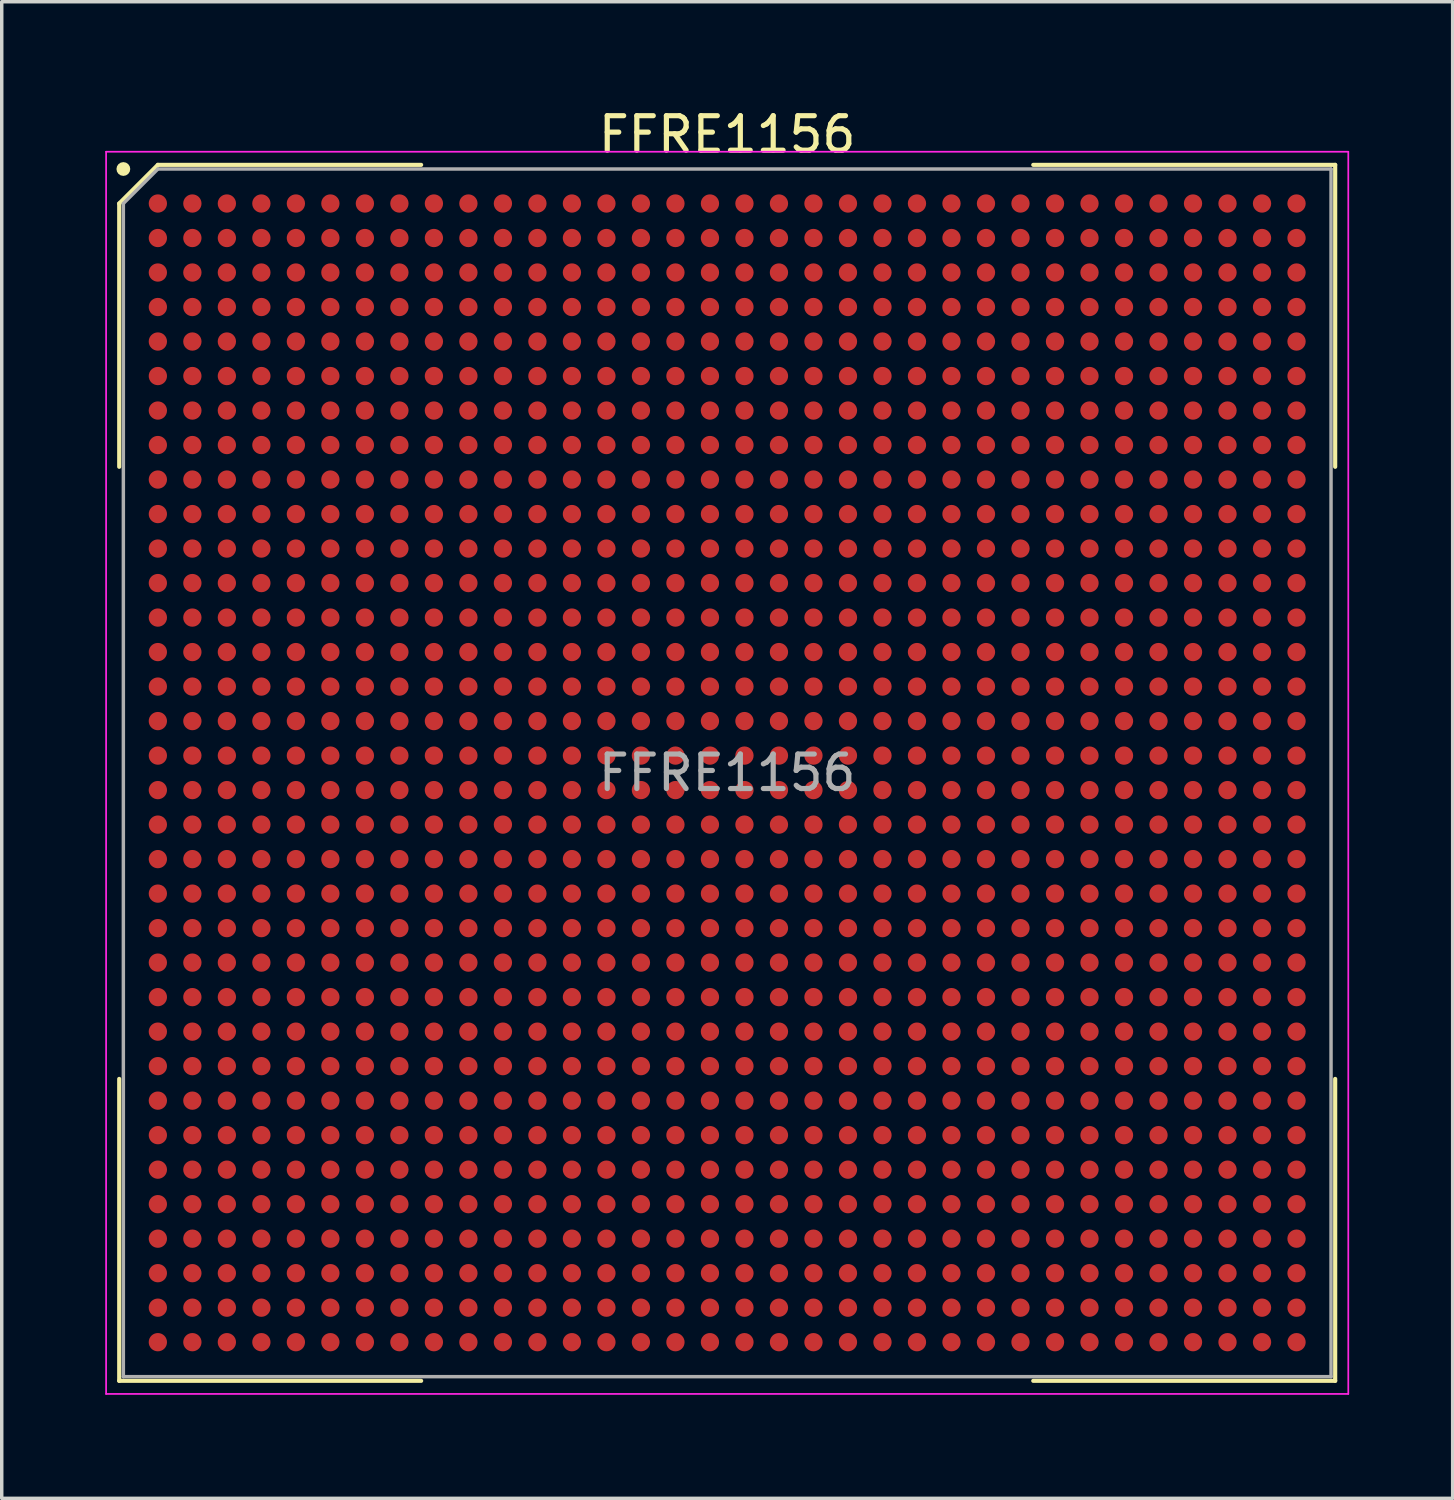
<source format=kicad_pcb>
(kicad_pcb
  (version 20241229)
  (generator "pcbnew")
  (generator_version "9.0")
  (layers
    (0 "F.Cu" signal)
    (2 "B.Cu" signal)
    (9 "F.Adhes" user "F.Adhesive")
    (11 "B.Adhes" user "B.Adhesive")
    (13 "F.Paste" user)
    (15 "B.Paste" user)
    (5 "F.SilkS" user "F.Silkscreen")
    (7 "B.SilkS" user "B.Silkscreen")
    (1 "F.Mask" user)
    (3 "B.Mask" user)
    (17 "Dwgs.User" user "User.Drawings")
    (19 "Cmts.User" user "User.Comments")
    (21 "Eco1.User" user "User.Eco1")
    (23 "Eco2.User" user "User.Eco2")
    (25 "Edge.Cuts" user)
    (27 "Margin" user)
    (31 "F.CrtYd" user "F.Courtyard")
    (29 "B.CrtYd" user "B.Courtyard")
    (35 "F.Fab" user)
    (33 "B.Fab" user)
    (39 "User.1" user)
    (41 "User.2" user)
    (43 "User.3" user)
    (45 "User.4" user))
  (footprint "FFRE1156"
    (layer "F.Cu")
    (at 18.025 19.348)
    (property "Reference" "FFRE1156" (at 0 -18.5 0) (layer "F.SilkS") (effects (font (size 1 1) (thickness 0.15))))
    (attr smd)
    (fp_line (start -17.62 -16.5) (end -17.62 -8.87) (stroke (width 0.12) (type default)) (layer "F.SilkS"))
    (fp_line (start -17.62 17.62) (end -17.62 8.87) (stroke (width 0.12) (type default)) (layer "F.SilkS"))
    (fp_line (start -16.5 -17.62) (end -17.62 -16.5) (stroke (width 0.12) (type default)) (layer "F.SilkS"))
    (fp_line (start -8.87 -17.62) (end -16.5 -17.62) (stroke (width 0.12) (type default)) (layer "F.SilkS"))
    (fp_line (start -8.87 17.62) (end -17.62 17.62) (stroke (width 0.12) (type default)) (layer "F.SilkS"))
    (fp_line (start 8.87 -17.62) (end 17.62 -17.62) (stroke (width 0.12) (type default)) (layer "F.SilkS"))
    (fp_line (start 8.87 17.62) (end 17.62 17.62) (stroke (width 0.12) (type default)) (layer "F.SilkS"))
    (fp_line (start 17.62 -17.62) (end 17.62 -8.87) (stroke (width 0.12) (type default)) (layer "F.SilkS"))
    (fp_line (start 17.62 17.62) (end 17.62 8.87) (stroke (width 0.12) (type default)) (layer "F.SilkS"))
    (fp_circle (center -17.5 -17.5) (end -17.5 -17.4) (stroke (width 0.2) (type default)) (fill no) (layer "F.SilkS"))
    (fp_line (start -18 -18) (end 18 -18) (stroke (width 0.05) (type default)) (layer "F.CrtYd"))
    (fp_line (start -18 18) (end -18 -18) (stroke (width 0.05) (type default)) (layer "F.CrtYd"))
    (fp_line (start 18 -18) (end 18 18) (stroke (width 0.05) (type default)) (layer "F.CrtYd"))
    (fp_line (start 18 18) (end -18 18) (stroke (width 0.05) (type default)) (layer "F.CrtYd"))
    (fp_line (start -17.5 -16.5) (end -17.5 17.5) (stroke (width 0.1) (type default)) (layer "F.Fab"))
    (fp_line (start -17.5 17.5) (end 17.5 17.5) (stroke (width 0.1) (type default)) (layer "F.Fab"))
    (fp_line (start -16.5 -17.5) (end -17.5 -16.5) (stroke (width 0.1) (type default)) (layer "F.Fab"))
    (fp_line (start 17.5 -17.5) (end -16.5 -17.5) (stroke (width 0.1) (type default)) (layer "F.Fab"))
    (fp_line (start 17.5 17.5) (end 17.5 -17.5) (stroke (width 0.1) (type default)) (layer "F.Fab"))
    (fp_text user "${REFERENCE}" (at 0 0 0) (layer "F.Fab") (effects (font (size 1 1) (thickness 0.15))))
    (pad "A1" smd circle (at -16.5 -16.5) (size 0.53 0.53) (layers "F.Cu" "F.Mask" "F.Paste"))
    (pad "A2" smd circle (at -15.5 -16.5) (size 0.53 0.53) (layers "F.Cu" "F.Mask" "F.Paste"))
    (pad "A3" smd circle (at -14.5 -16.5) (size 0.53 0.53) (layers "F.Cu" "F.Mask" "F.Paste"))
    (pad "A4" smd circle (at -13.5 -16.5) (size 0.53 0.53) (layers "F.Cu" "F.Mask" "F.Paste"))
    (pad "A5" smd circle (at -12.5 -16.5) (size 0.53 0.53) (layers "F.Cu" "F.Mask" "F.Paste"))
    (pad "A6" smd circle (at -11.5 -16.5) (size 0.53 0.53) (layers "F.Cu" "F.Mask" "F.Paste"))
    (pad "A7" smd circle (at -10.5 -16.5) (size 0.53 0.53) (layers "F.Cu" "F.Mask" "F.Paste"))
    (pad "A8" smd circle (at -9.5 -16.5) (size 0.53 0.53) (layers "F.Cu" "F.Mask" "F.Paste"))
    (pad "A9" smd circle (at -8.5 -16.5) (size 0.53 0.53) (layers "F.Cu" "F.Mask" "F.Paste"))
    (pad "A10" smd circle (at -7.5 -16.5) (size 0.53 0.53) (layers "F.Cu" "F.Mask" "F.Paste"))
    (pad "A11" smd circle (at -6.5 -16.5) (size 0.53 0.53) (layers "F.Cu" "F.Mask" "F.Paste"))
    (pad "A12" smd circle (at -5.5 -16.5) (size 0.53 0.53) (layers "F.Cu" "F.Mask" "F.Paste"))
    (pad "A13" smd circle (at -4.5 -16.5) (size 0.53 0.53) (layers "F.Cu" "F.Mask" "F.Paste"))
    (pad "A14" smd circle (at -3.5 -16.5) (size 0.53 0.53) (layers "F.Cu" "F.Mask" "F.Paste"))
    (pad "A15" smd circle (at -2.5 -16.5) (size 0.53 0.53) (layers "F.Cu" "F.Mask" "F.Paste"))
    (pad "A16" smd circle (at -1.5 -16.5) (size 0.53 0.53) (layers "F.Cu" "F.Mask" "F.Paste"))
    (pad "A17" smd circle (at -0.5 -16.5) (size 0.53 0.53) (layers "F.Cu" "F.Mask" "F.Paste"))
    (pad "A18" smd circle (at 0.5 -16.5) (size 0.53 0.53) (layers "F.Cu" "F.Mask" "F.Paste"))
    (pad "A19" smd circle (at 1.5 -16.5) (size 0.53 0.53) (layers "F.Cu" "F.Mask" "F.Paste"))
    (pad "A20" smd circle (at 2.5 -16.5) (size 0.53 0.53) (layers "F.Cu" "F.Mask" "F.Paste"))
    (pad "A21" smd circle (at 3.5 -16.5) (size 0.53 0.53) (layers "F.Cu" "F.Mask" "F.Paste"))
    (pad "A22" smd circle (at 4.5 -16.5) (size 0.53 0.53) (layers "F.Cu" "F.Mask" "F.Paste"))
    (pad "A23" smd circle (at 5.5 -16.5) (size 0.53 0.53) (layers "F.Cu" "F.Mask" "F.Paste"))
    (pad "A24" smd circle (at 6.5 -16.5) (size 0.53 0.53) (layers "F.Cu" "F.Mask" "F.Paste"))
    (pad "A25" smd circle (at 7.5 -16.5) (size 0.53 0.53) (layers "F.Cu" "F.Mask" "F.Paste"))
    (pad "A26" smd circle (at 8.5 -16.5) (size 0.53 0.53) (layers "F.Cu" "F.Mask" "F.Paste"))
    (pad "A27" smd circle (at 9.5 -16.5) (size 0.53 0.53) (layers "F.Cu" "F.Mask" "F.Paste"))
    (pad "A28" smd circle (at 10.5 -16.5) (size 0.53 0.53) (layers "F.Cu" "F.Mask" "F.Paste"))
    (pad "A29" smd circle (at 11.5 -16.5) (size 0.53 0.53) (layers "F.Cu" "F.Mask" "F.Paste"))
    (pad "A30" smd circle (at 12.5 -16.5) (size 0.53 0.53) (layers "F.Cu" "F.Mask" "F.Paste"))
    (pad "A31" smd circle (at 13.5 -16.5) (size 0.53 0.53) (layers "F.Cu" "F.Mask" "F.Paste"))
    (pad "A32" smd circle (at 14.5 -16.5) (size 0.53 0.53) (layers "F.Cu" "F.Mask" "F.Paste"))
    (pad "A33" smd circle (at 15.5 -16.5) (size 0.53 0.53) (layers "F.Cu" "F.Mask" "F.Paste"))
    (pad "A34" smd circle (at 16.5 -16.5) (size 0.53 0.53) (layers "F.Cu" "F.Mask" "F.Paste"))
    (pad "AA1" smd circle (at -16.5 3.5) (size 0.53 0.53) (layers "F.Cu" "F.Mask" "F.Paste"))
    (pad "AA2" smd circle (at -15.5 3.5) (size 0.53 0.53) (layers "F.Cu" "F.Mask" "F.Paste"))
    (pad "AA3" smd circle (at -14.5 3.5) (size 0.53 0.53) (layers "F.Cu" "F.Mask" "F.Paste"))
    (pad "AA4" smd circle (at -13.5 3.5) (size 0.53 0.53) (layers "F.Cu" "F.Mask" "F.Paste"))
    (pad "AA5" smd circle (at -12.5 3.5) (size 0.53 0.53) (layers "F.Cu" "F.Mask" "F.Paste"))
    (pad "AA6" smd circle (at -11.5 3.5) (size 0.53 0.53) (layers "F.Cu" "F.Mask" "F.Paste"))
    (pad "AA7" smd circle (at -10.5 3.5) (size 0.53 0.53) (layers "F.Cu" "F.Mask" "F.Paste"))
    (pad "AA8" smd circle (at -9.5 3.5) (size 0.53 0.53) (layers "F.Cu" "F.Mask" "F.Paste"))
    (pad "AA9" smd circle (at -8.5 3.5) (size 0.53 0.53) (layers "F.Cu" "F.Mask" "F.Paste"))
    (pad "AA10" smd circle (at -7.5 3.5) (size 0.53 0.53) (layers "F.Cu" "F.Mask" "F.Paste"))
    (pad "AA11" smd circle (at -6.5 3.5) (size 0.53 0.53) (layers "F.Cu" "F.Mask" "F.Paste"))
    (pad "AA12" smd circle (at -5.5 3.5) (size 0.53 0.53) (layers "F.Cu" "F.Mask" "F.Paste"))
    (pad "AA13" smd circle (at -4.5 3.5) (size 0.53 0.53) (layers "F.Cu" "F.Mask" "F.Paste"))
    (pad "AA14" smd circle (at -3.5 3.5) (size 0.53 0.53) (layers "F.Cu" "F.Mask" "F.Paste"))
    (pad "AA15" smd circle (at -2.5 3.5) (size 0.53 0.53) (layers "F.Cu" "F.Mask" "F.Paste"))
    (pad "AA16" smd circle (at -1.5 3.5) (size 0.53 0.53) (layers "F.Cu" "F.Mask" "F.Paste"))
    (pad "AA17" smd circle (at -0.5 3.5) (size 0.53 0.53) (layers "F.Cu" "F.Mask" "F.Paste"))
    (pad "AA18" smd circle (at 0.5 3.5) (size 0.53 0.53) (layers "F.Cu" "F.Mask" "F.Paste"))
    (pad "AA19" smd circle (at 1.5 3.5) (size 0.53 0.53) (layers "F.Cu" "F.Mask" "F.Paste"))
    (pad "AA20" smd circle (at 2.5 3.5) (size 0.53 0.53) (layers "F.Cu" "F.Mask" "F.Paste"))
    (pad "AA21" smd circle (at 3.5 3.5) (size 0.53 0.53) (layers "F.Cu" "F.Mask" "F.Paste"))
    (pad "AA22" smd circle (at 4.5 3.5) (size 0.53 0.53) (layers "F.Cu" "F.Mask" "F.Paste"))
    (pad "AA23" smd circle (at 5.5 3.5) (size 0.53 0.53) (layers "F.Cu" "F.Mask" "F.Paste"))
    (pad "AA24" smd circle (at 6.5 3.5) (size 0.53 0.53) (layers "F.Cu" "F.Mask" "F.Paste"))
    (pad "AA25" smd circle (at 7.5 3.5) (size 0.53 0.53) (layers "F.Cu" "F.Mask" "F.Paste"))
    (pad "AA26" smd circle (at 8.5 3.5) (size 0.53 0.53) (layers "F.Cu" "F.Mask" "F.Paste"))
    (pad "AA27" smd circle (at 9.5 3.5) (size 0.53 0.53) (layers "F.Cu" "F.Mask" "F.Paste"))
    (pad "AA28" smd circle (at 10.5 3.5) (size 0.53 0.53) (layers "F.Cu" "F.Mask" "F.Paste"))
    (pad "AA29" smd circle (at 11.5 3.5) (size 0.53 0.53) (layers "F.Cu" "F.Mask" "F.Paste"))
    (pad "AA30" smd circle (at 12.5 3.5) (size 0.53 0.53) (layers "F.Cu" "F.Mask" "F.Paste"))
    (pad "AA31" smd circle (at 13.5 3.5) (size 0.53 0.53) (layers "F.Cu" "F.Mask" "F.Paste"))
    (pad "AA32" smd circle (at 14.5 3.5) (size 0.53 0.53) (layers "F.Cu" "F.Mask" "F.Paste"))
    (pad "AA33" smd circle (at 15.5 3.5) (size 0.53 0.53) (layers "F.Cu" "F.Mask" "F.Paste"))
    (pad "AA34" smd circle (at 16.5 3.5) (size 0.53 0.53) (layers "F.Cu" "F.Mask" "F.Paste"))
    (pad "AB1" smd circle (at -16.5 4.5) (size 0.53 0.53) (layers "F.Cu" "F.Mask" "F.Paste"))
    (pad "AB2" smd circle (at -15.5 4.5) (size 0.53 0.53) (layers "F.Cu" "F.Mask" "F.Paste"))
    (pad "AB3" smd circle (at -14.5 4.5) (size 0.53 0.53) (layers "F.Cu" "F.Mask" "F.Paste"))
    (pad "AB4" smd circle (at -13.5 4.5) (size 0.53 0.53) (layers "F.Cu" "F.Mask" "F.Paste"))
    (pad "AB5" smd circle (at -12.5 4.5) (size 0.53 0.53) (layers "F.Cu" "F.Mask" "F.Paste"))
    (pad "AB6" smd circle (at -11.5 4.5) (size 0.53 0.53) (layers "F.Cu" "F.Mask" "F.Paste"))
    (pad "AB7" smd circle (at -10.5 4.5) (size 0.53 0.53) (layers "F.Cu" "F.Mask" "F.Paste"))
    (pad "AB8" smd circle (at -9.5 4.5) (size 0.53 0.53) (layers "F.Cu" "F.Mask" "F.Paste"))
    (pad "AB9" smd circle (at -8.5 4.5) (size 0.53 0.53) (layers "F.Cu" "F.Mask" "F.Paste"))
    (pad "AB10" smd circle (at -7.5 4.5) (size 0.53 0.53) (layers "F.Cu" "F.Mask" "F.Paste"))
    (pad "AB11" smd circle (at -6.5 4.5) (size 0.53 0.53) (layers "F.Cu" "F.Mask" "F.Paste"))
    (pad "AB12" smd circle (at -5.5 4.5) (size 0.53 0.53) (layers "F.Cu" "F.Mask" "F.Paste"))
    (pad "AB13" smd circle (at -4.5 4.5) (size 0.53 0.53) (layers "F.Cu" "F.Mask" "F.Paste"))
    (pad "AB14" smd circle (at -3.5 4.5) (size 0.53 0.53) (layers "F.Cu" "F.Mask" "F.Paste"))
    (pad "AB15" smd circle (at -2.5 4.5) (size 0.53 0.53) (layers "F.Cu" "F.Mask" "F.Paste"))
    (pad "AB16" smd circle (at -1.5 4.5) (size 0.53 0.53) (layers "F.Cu" "F.Mask" "F.Paste"))
    (pad "AB17" smd circle (at -0.5 4.5) (size 0.53 0.53) (layers "F.Cu" "F.Mask" "F.Paste"))
    (pad "AB18" smd circle (at 0.5 4.5) (size 0.53 0.53) (layers "F.Cu" "F.Mask" "F.Paste"))
    (pad "AB19" smd circle (at 1.5 4.5) (size 0.53 0.53) (layers "F.Cu" "F.Mask" "F.Paste"))
    (pad "AB20" smd circle (at 2.5 4.5) (size 0.53 0.53) (layers "F.Cu" "F.Mask" "F.Paste"))
    (pad "AB21" smd circle (at 3.5 4.5) (size 0.53 0.53) (layers "F.Cu" "F.Mask" "F.Paste"))
    (pad "AB22" smd circle (at 4.5 4.5) (size 0.53 0.53) (layers "F.Cu" "F.Mask" "F.Paste"))
    (pad "AB23" smd circle (at 5.5 4.5) (size 0.53 0.53) (layers "F.Cu" "F.Mask" "F.Paste"))
    (pad "AB24" smd circle (at 6.5 4.5) (size 0.53 0.53) (layers "F.Cu" "F.Mask" "F.Paste"))
    (pad "AB25" smd circle (at 7.5 4.5) (size 0.53 0.53) (layers "F.Cu" "F.Mask" "F.Paste"))
    (pad "AB26" smd circle (at 8.5 4.5) (size 0.53 0.53) (layers "F.Cu" "F.Mask" "F.Paste"))
    (pad "AB27" smd circle (at 9.5 4.5) (size 0.53 0.53) (layers "F.Cu" "F.Mask" "F.Paste"))
    (pad "AB28" smd circle (at 10.5 4.5) (size 0.53 0.53) (layers "F.Cu" "F.Mask" "F.Paste"))
    (pad "AB29" smd circle (at 11.5 4.5) (size 0.53 0.53) (layers "F.Cu" "F.Mask" "F.Paste"))
    (pad "AB30" smd circle (at 12.5 4.5) (size 0.53 0.53) (layers "F.Cu" "F.Mask" "F.Paste"))
    (pad "AB31" smd circle (at 13.5 4.5) (size 0.53 0.53) (layers "F.Cu" "F.Mask" "F.Paste"))
    (pad "AB32" smd circle (at 14.5 4.5) (size 0.53 0.53) (layers "F.Cu" "F.Mask" "F.Paste"))
    (pad "AB33" smd circle (at 15.5 4.5) (size 0.53 0.53) (layers "F.Cu" "F.Mask" "F.Paste"))
    (pad "AB34" smd circle (at 16.5 4.5) (size 0.53 0.53) (layers "F.Cu" "F.Mask" "F.Paste"))
    (pad "AC1" smd circle (at -16.5 5.5) (size 0.53 0.53) (layers "F.Cu" "F.Mask" "F.Paste"))
    (pad "AC2" smd circle (at -15.5 5.5) (size 0.53 0.53) (layers "F.Cu" "F.Mask" "F.Paste"))
    (pad "AC3" smd circle (at -14.5 5.5) (size 0.53 0.53) (layers "F.Cu" "F.Mask" "F.Paste"))
    (pad "AC4" smd circle (at -13.5 5.5) (size 0.53 0.53) (layers "F.Cu" "F.Mask" "F.Paste"))
    (pad "AC5" smd circle (at -12.5 5.5) (size 0.53 0.53) (layers "F.Cu" "F.Mask" "F.Paste"))
    (pad "AC6" smd circle (at -11.5 5.5) (size 0.53 0.53) (layers "F.Cu" "F.Mask" "F.Paste"))
    (pad "AC7" smd circle (at -10.5 5.5) (size 0.53 0.53) (layers "F.Cu" "F.Mask" "F.Paste"))
    (pad "AC8" smd circle (at -9.5 5.5) (size 0.53 0.53) (layers "F.Cu" "F.Mask" "F.Paste"))
    (pad "AC9" smd circle (at -8.5 5.5) (size 0.53 0.53) (layers "F.Cu" "F.Mask" "F.Paste"))
    (pad "AC10" smd circle (at -7.5 5.5) (size 0.53 0.53) (layers "F.Cu" "F.Mask" "F.Paste"))
    (pad "AC11" smd circle (at -6.5 5.5) (size 0.53 0.53) (layers "F.Cu" "F.Mask" "F.Paste"))
    (pad "AC12" smd circle (at -5.5 5.5) (size 0.53 0.53) (layers "F.Cu" "F.Mask" "F.Paste"))
    (pad "AC13" smd circle (at -4.5 5.5) (size 0.53 0.53) (layers "F.Cu" "F.Mask" "F.Paste"))
    (pad "AC14" smd circle (at -3.5 5.5) (size 0.53 0.53) (layers "F.Cu" "F.Mask" "F.Paste"))
    (pad "AC15" smd circle (at -2.5 5.5) (size 0.53 0.53) (layers "F.Cu" "F.Mask" "F.Paste"))
    (pad "AC16" smd circle (at -1.5 5.5) (size 0.53 0.53) (layers "F.Cu" "F.Mask" "F.Paste"))
    (pad "AC17" smd circle (at -0.5 5.5) (size 0.53 0.53) (layers "F.Cu" "F.Mask" "F.Paste"))
    (pad "AC18" smd circle (at 0.5 5.5) (size 0.53 0.53) (layers "F.Cu" "F.Mask" "F.Paste"))
    (pad "AC19" smd circle (at 1.5 5.5) (size 0.53 0.53) (layers "F.Cu" "F.Mask" "F.Paste"))
    (pad "AC20" smd circle (at 2.5 5.5) (size 0.53 0.53) (layers "F.Cu" "F.Mask" "F.Paste"))
    (pad "AC21" smd circle (at 3.5 5.5) (size 0.53 0.53) (layers "F.Cu" "F.Mask" "F.Paste"))
    (pad "AC22" smd circle (at 4.5 5.5) (size 0.53 0.53) (layers "F.Cu" "F.Mask" "F.Paste"))
    (pad "AC23" smd circle (at 5.5 5.5) (size 0.53 0.53) (layers "F.Cu" "F.Mask" "F.Paste"))
    (pad "AC24" smd circle (at 6.5 5.5) (size 0.53 0.53) (layers "F.Cu" "F.Mask" "F.Paste"))
    (pad "AC25" smd circle (at 7.5 5.5) (size 0.53 0.53) (layers "F.Cu" "F.Mask" "F.Paste"))
    (pad "AC26" smd circle (at 8.5 5.5) (size 0.53 0.53) (layers "F.Cu" "F.Mask" "F.Paste"))
    (pad "AC27" smd circle (at 9.5 5.5) (size 0.53 0.53) (layers "F.Cu" "F.Mask" "F.Paste"))
    (pad "AC28" smd circle (at 10.5 5.5) (size 0.53 0.53) (layers "F.Cu" "F.Mask" "F.Paste"))
    (pad "AC29" smd circle (at 11.5 5.5) (size 0.53 0.53) (layers "F.Cu" "F.Mask" "F.Paste"))
    (pad "AC30" smd circle (at 12.5 5.5) (size 0.53 0.53) (layers "F.Cu" "F.Mask" "F.Paste"))
    (pad "AC31" smd circle (at 13.5 5.5) (size 0.53 0.53) (layers "F.Cu" "F.Mask" "F.Paste"))
    (pad "AC32" smd circle (at 14.5 5.5) (size 0.53 0.53) (layers "F.Cu" "F.Mask" "F.Paste"))
    (pad "AC33" smd circle (at 15.5 5.5) (size 0.53 0.53) (layers "F.Cu" "F.Mask" "F.Paste"))
    (pad "AC34" smd circle (at 16.5 5.5) (size 0.53 0.53) (layers "F.Cu" "F.Mask" "F.Paste"))
    (pad "AD1" smd circle (at -16.5 6.5) (size 0.53 0.53) (layers "F.Cu" "F.Mask" "F.Paste"))
    (pad "AD2" smd circle (at -15.5 6.5) (size 0.53 0.53) (layers "F.Cu" "F.Mask" "F.Paste"))
    (pad "AD3" smd circle (at -14.5 6.5) (size 0.53 0.53) (layers "F.Cu" "F.Mask" "F.Paste"))
    (pad "AD4" smd circle (at -13.5 6.5) (size 0.53 0.53) (layers "F.Cu" "F.Mask" "F.Paste"))
    (pad "AD5" smd circle (at -12.5 6.5) (size 0.53 0.53) (layers "F.Cu" "F.Mask" "F.Paste"))
    (pad "AD6" smd circle (at -11.5 6.5) (size 0.53 0.53) (layers "F.Cu" "F.Mask" "F.Paste"))
    (pad "AD7" smd circle (at -10.5 6.5) (size 0.53 0.53) (layers "F.Cu" "F.Mask" "F.Paste"))
    (pad "AD8" smd circle (at -9.5 6.5) (size 0.53 0.53) (layers "F.Cu" "F.Mask" "F.Paste"))
    (pad "AD9" smd circle (at -8.5 6.5) (size 0.53 0.53) (layers "F.Cu" "F.Mask" "F.Paste"))
    (pad "AD10" smd circle (at -7.5 6.5) (size 0.53 0.53) (layers "F.Cu" "F.Mask" "F.Paste"))
    (pad "AD11" smd circle (at -6.5 6.5) (size 0.53 0.53) (layers "F.Cu" "F.Mask" "F.Paste"))
    (pad "AD12" smd circle (at -5.5 6.5) (size 0.53 0.53) (layers "F.Cu" "F.Mask" "F.Paste"))
    (pad "AD13" smd circle (at -4.5 6.5) (size 0.53 0.53) (layers "F.Cu" "F.Mask" "F.Paste"))
    (pad "AD14" smd circle (at -3.5 6.5) (size 0.53 0.53) (layers "F.Cu" "F.Mask" "F.Paste"))
    (pad "AD15" smd circle (at -2.5 6.5) (size 0.53 0.53) (layers "F.Cu" "F.Mask" "F.Paste"))
    (pad "AD16" smd circle (at -1.5 6.5) (size 0.53 0.53) (layers "F.Cu" "F.Mask" "F.Paste"))
    (pad "AD17" smd circle (at -0.5 6.5) (size 0.53 0.53) (layers "F.Cu" "F.Mask" "F.Paste"))
    (pad "AD18" smd circle (at 0.5 6.5) (size 0.53 0.53) (layers "F.Cu" "F.Mask" "F.Paste"))
    (pad "AD19" smd circle (at 1.5 6.5) (size 0.53 0.53) (layers "F.Cu" "F.Mask" "F.Paste"))
    (pad "AD20" smd circle (at 2.5 6.5) (size 0.53 0.53) (layers "F.Cu" "F.Mask" "F.Paste"))
    (pad "AD21" smd circle (at 3.5 6.5) (size 0.53 0.53) (layers "F.Cu" "F.Mask" "F.Paste"))
    (pad "AD22" smd circle (at 4.5 6.5) (size 0.53 0.53) (layers "F.Cu" "F.Mask" "F.Paste"))
    (pad "AD23" smd circle (at 5.5 6.5) (size 0.53 0.53) (layers "F.Cu" "F.Mask" "F.Paste"))
    (pad "AD24" smd circle (at 6.5 6.5) (size 0.53 0.53) (layers "F.Cu" "F.Mask" "F.Paste"))
    (pad "AD25" smd circle (at 7.5 6.5) (size 0.53 0.53) (layers "F.Cu" "F.Mask" "F.Paste"))
    (pad "AD26" smd circle (at 8.5 6.5) (size 0.53 0.53) (layers "F.Cu" "F.Mask" "F.Paste"))
    (pad "AD27" smd circle (at 9.5 6.5) (size 0.53 0.53) (layers "F.Cu" "F.Mask" "F.Paste"))
    (pad "AD28" smd circle (at 10.5 6.5) (size 0.53 0.53) (layers "F.Cu" "F.Mask" "F.Paste"))
    (pad "AD29" smd circle (at 11.5 6.5) (size 0.53 0.53) (layers "F.Cu" "F.Mask" "F.Paste"))
    (pad "AD30" smd circle (at 12.5 6.5) (size 0.53 0.53) (layers "F.Cu" "F.Mask" "F.Paste"))
    (pad "AD31" smd circle (at 13.5 6.5) (size 0.53 0.53) (layers "F.Cu" "F.Mask" "F.Paste"))
    (pad "AD32" smd circle (at 14.5 6.5) (size 0.53 0.53) (layers "F.Cu" "F.Mask" "F.Paste"))
    (pad "AD33" smd circle (at 15.5 6.5) (size 0.53 0.53) (layers "F.Cu" "F.Mask" "F.Paste"))
    (pad "AD34" smd circle (at 16.5 6.5) (size 0.53 0.53) (layers "F.Cu" "F.Mask" "F.Paste"))
    (pad "AE1" smd circle (at -16.5 7.5) (size 0.53 0.53) (layers "F.Cu" "F.Mask" "F.Paste"))
    (pad "AE2" smd circle (at -15.5 7.5) (size 0.53 0.53) (layers "F.Cu" "F.Mask" "F.Paste"))
    (pad "AE3" smd circle (at -14.5 7.5) (size 0.53 0.53) (layers "F.Cu" "F.Mask" "F.Paste"))
    (pad "AE4" smd circle (at -13.5 7.5) (size 0.53 0.53) (layers "F.Cu" "F.Mask" "F.Paste"))
    (pad "AE5" smd circle (at -12.5 7.5) (size 0.53 0.53) (layers "F.Cu" "F.Mask" "F.Paste"))
    (pad "AE6" smd circle (at -11.5 7.5) (size 0.53 0.53) (layers "F.Cu" "F.Mask" "F.Paste"))
    (pad "AE7" smd circle (at -10.5 7.5) (size 0.53 0.53) (layers "F.Cu" "F.Mask" "F.Paste"))
    (pad "AE8" smd circle (at -9.5 7.5) (size 0.53 0.53) (layers "F.Cu" "F.Mask" "F.Paste"))
    (pad "AE9" smd circle (at -8.5 7.5) (size 0.53 0.53) (layers "F.Cu" "F.Mask" "F.Paste"))
    (pad "AE10" smd circle (at -7.5 7.5) (size 0.53 0.53) (layers "F.Cu" "F.Mask" "F.Paste"))
    (pad "AE11" smd circle (at -6.5 7.5) (size 0.53 0.53) (layers "F.Cu" "F.Mask" "F.Paste"))
    (pad "AE12" smd circle (at -5.5 7.5) (size 0.53 0.53) (layers "F.Cu" "F.Mask" "F.Paste"))
    (pad "AE13" smd circle (at -4.5 7.5) (size 0.53 0.53) (layers "F.Cu" "F.Mask" "F.Paste"))
    (pad "AE14" smd circle (at -3.5 7.5) (size 0.53 0.53) (layers "F.Cu" "F.Mask" "F.Paste"))
    (pad "AE15" smd circle (at -2.5 7.5) (size 0.53 0.53) (layers "F.Cu" "F.Mask" "F.Paste"))
    (pad "AE16" smd circle (at -1.5 7.5) (size 0.53 0.53) (layers "F.Cu" "F.Mask" "F.Paste"))
    (pad "AE17" smd circle (at -0.5 7.5) (size 0.53 0.53) (layers "F.Cu" "F.Mask" "F.Paste"))
    (pad "AE18" smd circle (at 0.5 7.5) (size 0.53 0.53) (layers "F.Cu" "F.Mask" "F.Paste"))
    (pad "AE19" smd circle (at 1.5 7.5) (size 0.53 0.53) (layers "F.Cu" "F.Mask" "F.Paste"))
    (pad "AE20" smd circle (at 2.5 7.5) (size 0.53 0.53) (layers "F.Cu" "F.Mask" "F.Paste"))
    (pad "AE21" smd circle (at 3.5 7.5) (size 0.53 0.53) (layers "F.Cu" "F.Mask" "F.Paste"))
    (pad "AE22" smd circle (at 4.5 7.5) (size 0.53 0.53) (layers "F.Cu" "F.Mask" "F.Paste"))
    (pad "AE23" smd circle (at 5.5 7.5) (size 0.53 0.53) (layers "F.Cu" "F.Mask" "F.Paste"))
    (pad "AE24" smd circle (at 6.5 7.5) (size 0.53 0.53) (layers "F.Cu" "F.Mask" "F.Paste"))
    (pad "AE25" smd circle (at 7.5 7.5) (size 0.53 0.53) (layers "F.Cu" "F.Mask" "F.Paste"))
    (pad "AE26" smd circle (at 8.5 7.5) (size 0.53 0.53) (layers "F.Cu" "F.Mask" "F.Paste"))
    (pad "AE27" smd circle (at 9.5 7.5) (size 0.53 0.53) (layers "F.Cu" "F.Mask" "F.Paste"))
    (pad "AE28" smd circle (at 10.5 7.5) (size 0.53 0.53) (layers "F.Cu" "F.Mask" "F.Paste"))
    (pad "AE29" smd circle (at 11.5 7.5) (size 0.53 0.53) (layers "F.Cu" "F.Mask" "F.Paste"))
    (pad "AE30" smd circle (at 12.5 7.5) (size 0.53 0.53) (layers "F.Cu" "F.Mask" "F.Paste"))
    (pad "AE31" smd circle (at 13.5 7.5) (size 0.53 0.53) (layers "F.Cu" "F.Mask" "F.Paste"))
    (pad "AE32" smd circle (at 14.5 7.5) (size 0.53 0.53) (layers "F.Cu" "F.Mask" "F.Paste"))
    (pad "AE33" smd circle (at 15.5 7.5) (size 0.53 0.53) (layers "F.Cu" "F.Mask" "F.Paste"))
    (pad "AE34" smd circle (at 16.5 7.5) (size 0.53 0.53) (layers "F.Cu" "F.Mask" "F.Paste"))
    (pad "AF1" smd circle (at -16.5 8.5) (size 0.53 0.53) (layers "F.Cu" "F.Mask" "F.Paste"))
    (pad "AF2" smd circle (at -15.5 8.5) (size 0.53 0.53) (layers "F.Cu" "F.Mask" "F.Paste"))
    (pad "AF3" smd circle (at -14.5 8.5) (size 0.53 0.53) (layers "F.Cu" "F.Mask" "F.Paste"))
    (pad "AF4" smd circle (at -13.5 8.5) (size 0.53 0.53) (layers "F.Cu" "F.Mask" "F.Paste"))
    (pad "AF5" smd circle (at -12.5 8.5) (size 0.53 0.53) (layers "F.Cu" "F.Mask" "F.Paste"))
    (pad "AF6" smd circle (at -11.5 8.5) (size 0.53 0.53) (layers "F.Cu" "F.Mask" "F.Paste"))
    (pad "AF7" smd circle (at -10.5 8.5) (size 0.53 0.53) (layers "F.Cu" "F.Mask" "F.Paste"))
    (pad "AF8" smd circle (at -9.5 8.5) (size 0.53 0.53) (layers "F.Cu" "F.Mask" "F.Paste"))
    (pad "AF9" smd circle (at -8.5 8.5) (size 0.53 0.53) (layers "F.Cu" "F.Mask" "F.Paste"))
    (pad "AF10" smd circle (at -7.5 8.5) (size 0.53 0.53) (layers "F.Cu" "F.Mask" "F.Paste"))
    (pad "AF11" smd circle (at -6.5 8.5) (size 0.53 0.53) (layers "F.Cu" "F.Mask" "F.Paste"))
    (pad "AF12" smd circle (at -5.5 8.5) (size 0.53 0.53) (layers "F.Cu" "F.Mask" "F.Paste"))
    (pad "AF13" smd circle (at -4.5 8.5) (size 0.53 0.53) (layers "F.Cu" "F.Mask" "F.Paste"))
    (pad "AF14" smd circle (at -3.5 8.5) (size 0.53 0.53) (layers "F.Cu" "F.Mask" "F.Paste"))
    (pad "AF15" smd circle (at -2.5 8.5) (size 0.53 0.53) (layers "F.Cu" "F.Mask" "F.Paste"))
    (pad "AF16" smd circle (at -1.5 8.5) (size 0.53 0.53) (layers "F.Cu" "F.Mask" "F.Paste"))
    (pad "AF17" smd circle (at -0.5 8.5) (size 0.53 0.53) (layers "F.Cu" "F.Mask" "F.Paste"))
    (pad "AF18" smd circle (at 0.5 8.5) (size 0.53 0.53) (layers "F.Cu" "F.Mask" "F.Paste"))
    (pad "AF19" smd circle (at 1.5 8.5) (size 0.53 0.53) (layers "F.Cu" "F.Mask" "F.Paste"))
    (pad "AF20" smd circle (at 2.5 8.5) (size 0.53 0.53) (layers "F.Cu" "F.Mask" "F.Paste"))
    (pad "AF21" smd circle (at 3.5 8.5) (size 0.53 0.53) (layers "F.Cu" "F.Mask" "F.Paste"))
    (pad "AF22" smd circle (at 4.5 8.5) (size 0.53 0.53) (layers "F.Cu" "F.Mask" "F.Paste"))
    (pad "AF23" smd circle (at 5.5 8.5) (size 0.53 0.53) (layers "F.Cu" "F.Mask" "F.Paste"))
    (pad "AF24" smd circle (at 6.5 8.5) (size 0.53 0.53) (layers "F.Cu" "F.Mask" "F.Paste"))
    (pad "AF25" smd circle (at 7.5 8.5) (size 0.53 0.53) (layers "F.Cu" "F.Mask" "F.Paste"))
    (pad "AF26" smd circle (at 8.5 8.5) (size 0.53 0.53) (layers "F.Cu" "F.Mask" "F.Paste"))
    (pad "AF27" smd circle (at 9.5 8.5) (size 0.53 0.53) (layers "F.Cu" "F.Mask" "F.Paste"))
    (pad "AF28" smd circle (at 10.5 8.5) (size 0.53 0.53) (layers "F.Cu" "F.Mask" "F.Paste"))
    (pad "AF29" smd circle (at 11.5 8.5) (size 0.53 0.53) (layers "F.Cu" "F.Mask" "F.Paste"))
    (pad "AF30" smd circle (at 12.5 8.5) (size 0.53 0.53) (layers "F.Cu" "F.Mask" "F.Paste"))
    (pad "AF31" smd circle (at 13.5 8.5) (size 0.53 0.53) (layers "F.Cu" "F.Mask" "F.Paste"))
    (pad "AF32" smd circle (at 14.5 8.5) (size 0.53 0.53) (layers "F.Cu" "F.Mask" "F.Paste"))
    (pad "AF33" smd circle (at 15.5 8.5) (size 0.53 0.53) (layers "F.Cu" "F.Mask" "F.Paste"))
    (pad "AF34" smd circle (at 16.5 8.5) (size 0.53 0.53) (layers "F.Cu" "F.Mask" "F.Paste"))
    (pad "AG1" smd circle (at -16.5 9.5) (size 0.53 0.53) (layers "F.Cu" "F.Mask" "F.Paste"))
    (pad "AG2" smd circle (at -15.5 9.5) (size 0.53 0.53) (layers "F.Cu" "F.Mask" "F.Paste"))
    (pad "AG3" smd circle (at -14.5 9.5) (size 0.53 0.53) (layers "F.Cu" "F.Mask" "F.Paste"))
    (pad "AG4" smd circle (at -13.5 9.5) (size 0.53 0.53) (layers "F.Cu" "F.Mask" "F.Paste"))
    (pad "AG5" smd circle (at -12.5 9.5) (size 0.53 0.53) (layers "F.Cu" "F.Mask" "F.Paste"))
    (pad "AG6" smd circle (at -11.5 9.5) (size 0.53 0.53) (layers "F.Cu" "F.Mask" "F.Paste"))
    (pad "AG7" smd circle (at -10.5 9.5) (size 0.53 0.53) (layers "F.Cu" "F.Mask" "F.Paste"))
    (pad "AG8" smd circle (at -9.5 9.5) (size 0.53 0.53) (layers "F.Cu" "F.Mask" "F.Paste"))
    (pad "AG9" smd circle (at -8.5 9.5) (size 0.53 0.53) (layers "F.Cu" "F.Mask" "F.Paste"))
    (pad "AG10" smd circle (at -7.5 9.5) (size 0.53 0.53) (layers "F.Cu" "F.Mask" "F.Paste"))
    (pad "AG11" smd circle (at -6.5 9.5) (size 0.53 0.53) (layers "F.Cu" "F.Mask" "F.Paste"))
    (pad "AG12" smd circle (at -5.5 9.5) (size 0.53 0.53) (layers "F.Cu" "F.Mask" "F.Paste"))
    (pad "AG13" smd circle (at -4.5 9.5) (size 0.53 0.53) (layers "F.Cu" "F.Mask" "F.Paste"))
    (pad "AG14" smd circle (at -3.5 9.5) (size 0.53 0.53) (layers "F.Cu" "F.Mask" "F.Paste"))
    (pad "AG15" smd circle (at -2.5 9.5) (size 0.53 0.53) (layers "F.Cu" "F.Mask" "F.Paste"))
    (pad "AG16" smd circle (at -1.5 9.5) (size 0.53 0.53) (layers "F.Cu" "F.Mask" "F.Paste"))
    (pad "AG17" smd circle (at -0.5 9.5) (size 0.53 0.53) (layers "F.Cu" "F.Mask" "F.Paste"))
    (pad "AG18" smd circle (at 0.5 9.5) (size 0.53 0.53) (layers "F.Cu" "F.Mask" "F.Paste"))
    (pad "AG19" smd circle (at 1.5 9.5) (size 0.53 0.53) (layers "F.Cu" "F.Mask" "F.Paste"))
    (pad "AG20" smd circle (at 2.5 9.5) (size 0.53 0.53) (layers "F.Cu" "F.Mask" "F.Paste"))
    (pad "AG21" smd circle (at 3.5 9.5) (size 0.53 0.53) (layers "F.Cu" "F.Mask" "F.Paste"))
    (pad "AG22" smd circle (at 4.5 9.5) (size 0.53 0.53) (layers "F.Cu" "F.Mask" "F.Paste"))
    (pad "AG23" smd circle (at 5.5 9.5) (size 0.53 0.53) (layers "F.Cu" "F.Mask" "F.Paste"))
    (pad "AG24" smd circle (at 6.5 9.5) (size 0.53 0.53) (layers "F.Cu" "F.Mask" "F.Paste"))
    (pad "AG25" smd circle (at 7.5 9.5) (size 0.53 0.53) (layers "F.Cu" "F.Mask" "F.Paste"))
    (pad "AG26" smd circle (at 8.5 9.5) (size 0.53 0.53) (layers "F.Cu" "F.Mask" "F.Paste"))
    (pad "AG27" smd circle (at 9.5 9.5) (size 0.53 0.53) (layers "F.Cu" "F.Mask" "F.Paste"))
    (pad "AG28" smd circle (at 10.5 9.5) (size 0.53 0.53) (layers "F.Cu" "F.Mask" "F.Paste"))
    (pad "AG29" smd circle (at 11.5 9.5) (size 0.53 0.53) (layers "F.Cu" "F.Mask" "F.Paste"))
    (pad "AG30" smd circle (at 12.5 9.5) (size 0.53 0.53) (layers "F.Cu" "F.Mask" "F.Paste"))
    (pad "AG31" smd circle (at 13.5 9.5) (size 0.53 0.53) (layers "F.Cu" "F.Mask" "F.Paste"))
    (pad "AG32" smd circle (at 14.5 9.5) (size 0.53 0.53) (layers "F.Cu" "F.Mask" "F.Paste"))
    (pad "AG33" smd circle (at 15.5 9.5) (size 0.53 0.53) (layers "F.Cu" "F.Mask" "F.Paste"))
    (pad "AG34" smd circle (at 16.5 9.5) (size 0.53 0.53) (layers "F.Cu" "F.Mask" "F.Paste"))
    (pad "AH1" smd circle (at -16.5 10.5) (size 0.53 0.53) (layers "F.Cu" "F.Mask" "F.Paste"))
    (pad "AH2" smd circle (at -15.5 10.5) (size 0.53 0.53) (layers "F.Cu" "F.Mask" "F.Paste"))
    (pad "AH3" smd circle (at -14.5 10.5) (size 0.53 0.53) (layers "F.Cu" "F.Mask" "F.Paste"))
    (pad "AH4" smd circle (at -13.5 10.5) (size 0.53 0.53) (layers "F.Cu" "F.Mask" "F.Paste"))
    (pad "AH5" smd circle (at -12.5 10.5) (size 0.53 0.53) (layers "F.Cu" "F.Mask" "F.Paste"))
    (pad "AH6" smd circle (at -11.5 10.5) (size 0.53 0.53) (layers "F.Cu" "F.Mask" "F.Paste"))
    (pad "AH7" smd circle (at -10.5 10.5) (size 0.53 0.53) (layers "F.Cu" "F.Mask" "F.Paste"))
    (pad "AH8" smd circle (at -9.5 10.5) (size 0.53 0.53) (layers "F.Cu" "F.Mask" "F.Paste"))
    (pad "AH9" smd circle (at -8.5 10.5) (size 0.53 0.53) (layers "F.Cu" "F.Mask" "F.Paste"))
    (pad "AH10" smd circle (at -7.5 10.5) (size 0.53 0.53) (layers "F.Cu" "F.Mask" "F.Paste"))
    (pad "AH11" smd circle (at -6.5 10.5) (size 0.53 0.53) (layers "F.Cu" "F.Mask" "F.Paste"))
    (pad "AH12" smd circle (at -5.5 10.5) (size 0.53 0.53) (layers "F.Cu" "F.Mask" "F.Paste"))
    (pad "AH13" smd circle (at -4.5 10.5) (size 0.53 0.53) (layers "F.Cu" "F.Mask" "F.Paste"))
    (pad "AH14" smd circle (at -3.5 10.5) (size 0.53 0.53) (layers "F.Cu" "F.Mask" "F.Paste"))
    (pad "AH15" smd circle (at -2.5 10.5) (size 0.53 0.53) (layers "F.Cu" "F.Mask" "F.Paste"))
    (pad "AH16" smd circle (at -1.5 10.5) (size 0.53 0.53) (layers "F.Cu" "F.Mask" "F.Paste"))
    (pad "AH17" smd circle (at -0.5 10.5) (size 0.53 0.53) (layers "F.Cu" "F.Mask" "F.Paste"))
    (pad "AH18" smd circle (at 0.5 10.5) (size 0.53 0.53) (layers "F.Cu" "F.Mask" "F.Paste"))
    (pad "AH19" smd circle (at 1.5 10.5) (size 0.53 0.53) (layers "F.Cu" "F.Mask" "F.Paste"))
    (pad "AH20" smd circle (at 2.5 10.5) (size 0.53 0.53) (layers "F.Cu" "F.Mask" "F.Paste"))
    (pad "AH21" smd circle (at 3.5 10.5) (size 0.53 0.53) (layers "F.Cu" "F.Mask" "F.Paste"))
    (pad "AH22" smd circle (at 4.5 10.5) (size 0.53 0.53) (layers "F.Cu" "F.Mask" "F.Paste"))
    (pad "AH23" smd circle (at 5.5 10.5) (size 0.53 0.53) (layers "F.Cu" "F.Mask" "F.Paste"))
    (pad "AH24" smd circle (at 6.5 10.5) (size 0.53 0.53) (layers "F.Cu" "F.Mask" "F.Paste"))
    (pad "AH25" smd circle (at 7.5 10.5) (size 0.53 0.53) (layers "F.Cu" "F.Mask" "F.Paste"))
    (pad "AH26" smd circle (at 8.5 10.5) (size 0.53 0.53) (layers "F.Cu" "F.Mask" "F.Paste"))
    (pad "AH27" smd circle (at 9.5 10.5) (size 0.53 0.53) (layers "F.Cu" "F.Mask" "F.Paste"))
    (pad "AH28" smd circle (at 10.5 10.5) (size 0.53 0.53) (layers "F.Cu" "F.Mask" "F.Paste"))
    (pad "AH29" smd circle (at 11.5 10.5) (size 0.53 0.53) (layers "F.Cu" "F.Mask" "F.Paste"))
    (pad "AH30" smd circle (at 12.5 10.5) (size 0.53 0.53) (layers "F.Cu" "F.Mask" "F.Paste"))
    (pad "AH31" smd circle (at 13.5 10.5) (size 0.53 0.53) (layers "F.Cu" "F.Mask" "F.Paste"))
    (pad "AH32" smd circle (at 14.5 10.5) (size 0.53 0.53) (layers "F.Cu" "F.Mask" "F.Paste"))
    (pad "AH33" smd circle (at 15.5 10.5) (size 0.53 0.53) (layers "F.Cu" "F.Mask" "F.Paste"))
    (pad "AH34" smd circle (at 16.5 10.5) (size 0.53 0.53) (layers "F.Cu" "F.Mask" "F.Paste"))
    (pad "AJ1" smd circle (at -16.5 11.5) (size 0.53 0.53) (layers "F.Cu" "F.Mask" "F.Paste"))
    (pad "AJ2" smd circle (at -15.5 11.5) (size 0.53 0.53) (layers "F.Cu" "F.Mask" "F.Paste"))
    (pad "AJ3" smd circle (at -14.5 11.5) (size 0.53 0.53) (layers "F.Cu" "F.Mask" "F.Paste"))
    (pad "AJ4" smd circle (at -13.5 11.5) (size 0.53 0.53) (layers "F.Cu" "F.Mask" "F.Paste"))
    (pad "AJ5" smd circle (at -12.5 11.5) (size 0.53 0.53) (layers "F.Cu" "F.Mask" "F.Paste"))
    (pad "AJ6" smd circle (at -11.5 11.5) (size 0.53 0.53) (layers "F.Cu" "F.Mask" "F.Paste"))
    (pad "AJ7" smd circle (at -10.5 11.5) (size 0.53 0.53) (layers "F.Cu" "F.Mask" "F.Paste"))
    (pad "AJ8" smd circle (at -9.5 11.5) (size 0.53 0.53) (layers "F.Cu" "F.Mask" "F.Paste"))
    (pad "AJ9" smd circle (at -8.5 11.5) (size 0.53 0.53) (layers "F.Cu" "F.Mask" "F.Paste"))
    (pad "AJ10" smd circle (at -7.5 11.5) (size 0.53 0.53) (layers "F.Cu" "F.Mask" "F.Paste"))
    (pad "AJ11" smd circle (at -6.5 11.5) (size 0.53 0.53) (layers "F.Cu" "F.Mask" "F.Paste"))
    (pad "AJ12" smd circle (at -5.5 11.5) (size 0.53 0.53) (layers "F.Cu" "F.Mask" "F.Paste"))
    (pad "AJ13" smd circle (at -4.5 11.5) (size 0.53 0.53) (layers "F.Cu" "F.Mask" "F.Paste"))
    (pad "AJ14" smd circle (at -3.5 11.5) (size 0.53 0.53) (layers "F.Cu" "F.Mask" "F.Paste"))
    (pad "AJ15" smd circle (at -2.5 11.5) (size 0.53 0.53) (layers "F.Cu" "F.Mask" "F.Paste"))
    (pad "AJ16" smd circle (at -1.5 11.5) (size 0.53 0.53) (layers "F.Cu" "F.Mask" "F.Paste"))
    (pad "AJ17" smd circle (at -0.5 11.5) (size 0.53 0.53) (layers "F.Cu" "F.Mask" "F.Paste"))
    (pad "AJ18" smd circle (at 0.5 11.5) (size 0.53 0.53) (layers "F.Cu" "F.Mask" "F.Paste"))
    (pad "AJ19" smd circle (at 1.5 11.5) (size 0.53 0.53) (layers "F.Cu" "F.Mask" "F.Paste"))
    (pad "AJ20" smd circle (at 2.5 11.5) (size 0.53 0.53) (layers "F.Cu" "F.Mask" "F.Paste"))
    (pad "AJ21" smd circle (at 3.5 11.5) (size 0.53 0.53) (layers "F.Cu" "F.Mask" "F.Paste"))
    (pad "AJ22" smd circle (at 4.5 11.5) (size 0.53 0.53) (layers "F.Cu" "F.Mask" "F.Paste"))
    (pad "AJ23" smd circle (at 5.5 11.5) (size 0.53 0.53) (layers "F.Cu" "F.Mask" "F.Paste"))
    (pad "AJ24" smd circle (at 6.5 11.5) (size 0.53 0.53) (layers "F.Cu" "F.Mask" "F.Paste"))
    (pad "AJ25" smd circle (at 7.5 11.5) (size 0.53 0.53) (layers "F.Cu" "F.Mask" "F.Paste"))
    (pad "AJ26" smd circle (at 8.5 11.5) (size 0.53 0.53) (layers "F.Cu" "F.Mask" "F.Paste"))
    (pad "AJ27" smd circle (at 9.5 11.5) (size 0.53 0.53) (layers "F.Cu" "F.Mask" "F.Paste"))
    (pad "AJ28" smd circle (at 10.5 11.5) (size 0.53 0.53) (layers "F.Cu" "F.Mask" "F.Paste"))
    (pad "AJ29" smd circle (at 11.5 11.5) (size 0.53 0.53) (layers "F.Cu" "F.Mask" "F.Paste"))
    (pad "AJ30" smd circle (at 12.5 11.5) (size 0.53 0.53) (layers "F.Cu" "F.Mask" "F.Paste"))
    (pad "AJ31" smd circle (at 13.5 11.5) (size 0.53 0.53) (layers "F.Cu" "F.Mask" "F.Paste"))
    (pad "AJ32" smd circle (at 14.5 11.5) (size 0.53 0.53) (layers "F.Cu" "F.Mask" "F.Paste"))
    (pad "AJ33" smd circle (at 15.5 11.5) (size 0.53 0.53) (layers "F.Cu" "F.Mask" "F.Paste"))
    (pad "AJ34" smd circle (at 16.5 11.5) (size 0.53 0.53) (layers "F.Cu" "F.Mask" "F.Paste"))
    (pad "AK1" smd circle (at -16.5 12.5) (size 0.53 0.53) (layers "F.Cu" "F.Mask" "F.Paste"))
    (pad "AK2" smd circle (at -15.5 12.5) (size 0.53 0.53) (layers "F.Cu" "F.Mask" "F.Paste"))
    (pad "AK3" smd circle (at -14.5 12.5) (size 0.53 0.53) (layers "F.Cu" "F.Mask" "F.Paste"))
    (pad "AK4" smd circle (at -13.5 12.5) (size 0.53 0.53) (layers "F.Cu" "F.Mask" "F.Paste"))
    (pad "AK5" smd circle (at -12.5 12.5) (size 0.53 0.53) (layers "F.Cu" "F.Mask" "F.Paste"))
    (pad "AK6" smd circle (at -11.5 12.5) (size 0.53 0.53) (layers "F.Cu" "F.Mask" "F.Paste"))
    (pad "AK7" smd circle (at -10.5 12.5) (size 0.53 0.53) (layers "F.Cu" "F.Mask" "F.Paste"))
    (pad "AK8" smd circle (at -9.5 12.5) (size 0.53 0.53) (layers "F.Cu" "F.Mask" "F.Paste"))
    (pad "AK9" smd circle (at -8.5 12.5) (size 0.53 0.53) (layers "F.Cu" "F.Mask" "F.Paste"))
    (pad "AK10" smd circle (at -7.5 12.5) (size 0.53 0.53) (layers "F.Cu" "F.Mask" "F.Paste"))
    (pad "AK11" smd circle (at -6.5 12.5) (size 0.53 0.53) (layers "F.Cu" "F.Mask" "F.Paste"))
    (pad "AK12" smd circle (at -5.5 12.5) (size 0.53 0.53) (layers "F.Cu" "F.Mask" "F.Paste"))
    (pad "AK13" smd circle (at -4.5 12.5) (size 0.53 0.53) (layers "F.Cu" "F.Mask" "F.Paste"))
    (pad "AK14" smd circle (at -3.5 12.5) (size 0.53 0.53) (layers "F.Cu" "F.Mask" "F.Paste"))
    (pad "AK15" smd circle (at -2.5 12.5) (size 0.53 0.53) (layers "F.Cu" "F.Mask" "F.Paste"))
    (pad "AK16" smd circle (at -1.5 12.5) (size 0.53 0.53) (layers "F.Cu" "F.Mask" "F.Paste"))
    (pad "AK17" smd circle (at -0.5 12.5) (size 0.53 0.53) (layers "F.Cu" "F.Mask" "F.Paste"))
    (pad "AK18" smd circle (at 0.5 12.5) (size 0.53 0.53) (layers "F.Cu" "F.Mask" "F.Paste"))
    (pad "AK19" smd circle (at 1.5 12.5) (size 0.53 0.53) (layers "F.Cu" "F.Mask" "F.Paste"))
    (pad "AK20" smd circle (at 2.5 12.5) (size 0.53 0.53) (layers "F.Cu" "F.Mask" "F.Paste"))
    (pad "AK21" smd circle (at 3.5 12.5) (size 0.53 0.53) (layers "F.Cu" "F.Mask" "F.Paste"))
    (pad "AK22" smd circle (at 4.5 12.5) (size 0.53 0.53) (layers "F.Cu" "F.Mask" "F.Paste"))
    (pad "AK23" smd circle (at 5.5 12.5) (size 0.53 0.53) (layers "F.Cu" "F.Mask" "F.Paste"))
    (pad "AK24" smd circle (at 6.5 12.5) (size 0.53 0.53) (layers "F.Cu" "F.Mask" "F.Paste"))
    (pad "AK25" smd circle (at 7.5 12.5) (size 0.53 0.53) (layers "F.Cu" "F.Mask" "F.Paste"))
    (pad "AK26" smd circle (at 8.5 12.5) (size 0.53 0.53) (layers "F.Cu" "F.Mask" "F.Paste"))
    (pad "AK27" smd circle (at 9.5 12.5) (size 0.53 0.53) (layers "F.Cu" "F.Mask" "F.Paste"))
    (pad "AK28" smd circle (at 10.5 12.5) (size 0.53 0.53) (layers "F.Cu" "F.Mask" "F.Paste"))
    (pad "AK29" smd circle (at 11.5 12.5) (size 0.53 0.53) (layers "F.Cu" "F.Mask" "F.Paste"))
    (pad "AK30" smd circle (at 12.5 12.5) (size 0.53 0.53) (layers "F.Cu" "F.Mask" "F.Paste"))
    (pad "AK31" smd circle (at 13.5 12.5) (size 0.53 0.53) (layers "F.Cu" "F.Mask" "F.Paste"))
    (pad "AK32" smd circle (at 14.5 12.5) (size 0.53 0.53) (layers "F.Cu" "F.Mask" "F.Paste"))
    (pad "AK33" smd circle (at 15.5 12.5) (size 0.53 0.53) (layers "F.Cu" "F.Mask" "F.Paste"))
    (pad "AK34" smd circle (at 16.5 12.5) (size 0.53 0.53) (layers "F.Cu" "F.Mask" "F.Paste"))
    (pad "AL1" smd circle (at -16.5 13.5) (size 0.53 0.53) (layers "F.Cu" "F.Mask" "F.Paste"))
    (pad "AL2" smd circle (at -15.5 13.5) (size 0.53 0.53) (layers "F.Cu" "F.Mask" "F.Paste"))
    (pad "AL3" smd circle (at -14.5 13.5) (size 0.53 0.53) (layers "F.Cu" "F.Mask" "F.Paste"))
    (pad "AL4" smd circle (at -13.5 13.5) (size 0.53 0.53) (layers "F.Cu" "F.Mask" "F.Paste"))
    (pad "AL5" smd circle (at -12.5 13.5) (size 0.53 0.53) (layers "F.Cu" "F.Mask" "F.Paste"))
    (pad "AL6" smd circle (at -11.5 13.5) (size 0.53 0.53) (layers "F.Cu" "F.Mask" "F.Paste"))
    (pad "AL7" smd circle (at -10.5 13.5) (size 0.53 0.53) (layers "F.Cu" "F.Mask" "F.Paste"))
    (pad "AL8" smd circle (at -9.5 13.5) (size 0.53 0.53) (layers "F.Cu" "F.Mask" "F.Paste"))
    (pad "AL9" smd circle (at -8.5 13.5) (size 0.53 0.53) (layers "F.Cu" "F.Mask" "F.Paste"))
    (pad "AL10" smd circle (at -7.5 13.5) (size 0.53 0.53) (layers "F.Cu" "F.Mask" "F.Paste"))
    (pad "AL11" smd circle (at -6.5 13.5) (size 0.53 0.53) (layers "F.Cu" "F.Mask" "F.Paste"))
    (pad "AL12" smd circle (at -5.5 13.5) (size 0.53 0.53) (layers "F.Cu" "F.Mask" "F.Paste"))
    (pad "AL13" smd circle (at -4.5 13.5) (size 0.53 0.53) (layers "F.Cu" "F.Mask" "F.Paste"))
    (pad "AL14" smd circle (at -3.5 13.5) (size 0.53 0.53) (layers "F.Cu" "F.Mask" "F.Paste"))
    (pad "AL15" smd circle (at -2.5 13.5) (size 0.53 0.53) (layers "F.Cu" "F.Mask" "F.Paste"))
    (pad "AL16" smd circle (at -1.5 13.5) (size 0.53 0.53) (layers "F.Cu" "F.Mask" "F.Paste"))
    (pad "AL17" smd circle (at -0.5 13.5) (size 0.53 0.53) (layers "F.Cu" "F.Mask" "F.Paste"))
    (pad "AL18" smd circle (at 0.5 13.5) (size 0.53 0.53) (layers "F.Cu" "F.Mask" "F.Paste"))
    (pad "AL19" smd circle (at 1.5 13.5) (size 0.53 0.53) (layers "F.Cu" "F.Mask" "F.Paste"))
    (pad "AL20" smd circle (at 2.5 13.5) (size 0.53 0.53) (layers "F.Cu" "F.Mask" "F.Paste"))
    (pad "AL21" smd circle (at 3.5 13.5) (size 0.53 0.53) (layers "F.Cu" "F.Mask" "F.Paste"))
    (pad "AL22" smd circle (at 4.5 13.5) (size 0.53 0.53) (layers "F.Cu" "F.Mask" "F.Paste"))
    (pad "AL23" smd circle (at 5.5 13.5) (size 0.53 0.53) (layers "F.Cu" "F.Mask" "F.Paste"))
    (pad "AL24" smd circle (at 6.5 13.5) (size 0.53 0.53) (layers "F.Cu" "F.Mask" "F.Paste"))
    (pad "AL25" smd circle (at 7.5 13.5) (size 0.53 0.53) (layers "F.Cu" "F.Mask" "F.Paste"))
    (pad "AL26" smd circle (at 8.5 13.5) (size 0.53 0.53) (layers "F.Cu" "F.Mask" "F.Paste"))
    (pad "AL27" smd circle (at 9.5 13.5) (size 0.53 0.53) (layers "F.Cu" "F.Mask" "F.Paste"))
    (pad "AL28" smd circle (at 10.5 13.5) (size 0.53 0.53) (layers "F.Cu" "F.Mask" "F.Paste"))
    (pad "AL29" smd circle (at 11.5 13.5) (size 0.53 0.53) (layers "F.Cu" "F.Mask" "F.Paste"))
    (pad "AL30" smd circle (at 12.5 13.5) (size 0.53 0.53) (layers "F.Cu" "F.Mask" "F.Paste"))
    (pad "AL31" smd circle (at 13.5 13.5) (size 0.53 0.53) (layers "F.Cu" "F.Mask" "F.Paste"))
    (pad "AL32" smd circle (at 14.5 13.5) (size 0.53 0.53) (layers "F.Cu" "F.Mask" "F.Paste"))
    (pad "AL33" smd circle (at 15.5 13.5) (size 0.53 0.53) (layers "F.Cu" "F.Mask" "F.Paste"))
    (pad "AL34" smd circle (at 16.5 13.5) (size 0.53 0.53) (layers "F.Cu" "F.Mask" "F.Paste"))
    (pad "AM1" smd circle (at -16.5 14.5) (size 0.53 0.53) (layers "F.Cu" "F.Mask" "F.Paste"))
    (pad "AM2" smd circle (at -15.5 14.5) (size 0.53 0.53) (layers "F.Cu" "F.Mask" "F.Paste"))
    (pad "AM3" smd circle (at -14.5 14.5) (size 0.53 0.53) (layers "F.Cu" "F.Mask" "F.Paste"))
    (pad "AM4" smd circle (at -13.5 14.5) (size 0.53 0.53) (layers "F.Cu" "F.Mask" "F.Paste"))
    (pad "AM5" smd circle (at -12.5 14.5) (size 0.53 0.53) (layers "F.Cu" "F.Mask" "F.Paste"))
    (pad "AM6" smd circle (at -11.5 14.5) (size 0.53 0.53) (layers "F.Cu" "F.Mask" "F.Paste"))
    (pad "AM7" smd circle (at -10.5 14.5) (size 0.53 0.53) (layers "F.Cu" "F.Mask" "F.Paste"))
    (pad "AM8" smd circle (at -9.5 14.5) (size 0.53 0.53) (layers "F.Cu" "F.Mask" "F.Paste"))
    (pad "AM9" smd circle (at -8.5 14.5) (size 0.53 0.53) (layers "F.Cu" "F.Mask" "F.Paste"))
    (pad "AM10" smd circle (at -7.5 14.5) (size 0.53 0.53) (layers "F.Cu" "F.Mask" "F.Paste"))
    (pad "AM11" smd circle (at -6.5 14.5) (size 0.53 0.53) (layers "F.Cu" "F.Mask" "F.Paste"))
    (pad "AM12" smd circle (at -5.5 14.5) (size 0.53 0.53) (layers "F.Cu" "F.Mask" "F.Paste"))
    (pad "AM13" smd circle (at -4.5 14.5) (size 0.53 0.53) (layers "F.Cu" "F.Mask" "F.Paste"))
    (pad "AM14" smd circle (at -3.5 14.5) (size 0.53 0.53) (layers "F.Cu" "F.Mask" "F.Paste"))
    (pad "AM15" smd circle (at -2.5 14.5) (size 0.53 0.53) (layers "F.Cu" "F.Mask" "F.Paste"))
    (pad "AM16" smd circle (at -1.5 14.5) (size 0.53 0.53) (layers "F.Cu" "F.Mask" "F.Paste"))
    (pad "AM17" smd circle (at -0.5 14.5) (size 0.53 0.53) (layers "F.Cu" "F.Mask" "F.Paste"))
    (pad "AM18" smd circle (at 0.5 14.5) (size 0.53 0.53) (layers "F.Cu" "F.Mask" "F.Paste"))
    (pad "AM19" smd circle (at 1.5 14.5) (size 0.53 0.53) (layers "F.Cu" "F.Mask" "F.Paste"))
    (pad "AM20" smd circle (at 2.5 14.5) (size 0.53 0.53) (layers "F.Cu" "F.Mask" "F.Paste"))
    (pad "AM21" smd circle (at 3.5 14.5) (size 0.53 0.53) (layers "F.Cu" "F.Mask" "F.Paste"))
    (pad "AM22" smd circle (at 4.5 14.5) (size 0.53 0.53) (layers "F.Cu" "F.Mask" "F.Paste"))
    (pad "AM23" smd circle (at 5.5 14.5) (size 0.53 0.53) (layers "F.Cu" "F.Mask" "F.Paste"))
    (pad "AM24" smd circle (at 6.5 14.5) (size 0.53 0.53) (layers "F.Cu" "F.Mask" "F.Paste"))
    (pad "AM25" smd circle (at 7.5 14.5) (size 0.53 0.53) (layers "F.Cu" "F.Mask" "F.Paste"))
    (pad "AM26" smd circle (at 8.5 14.5) (size 0.53 0.53) (layers "F.Cu" "F.Mask" "F.Paste"))
    (pad "AM27" smd circle (at 9.5 14.5) (size 0.53 0.53) (layers "F.Cu" "F.Mask" "F.Paste"))
    (pad "AM28" smd circle (at 10.5 14.5) (size 0.53 0.53) (layers "F.Cu" "F.Mask" "F.Paste"))
    (pad "AM29" smd circle (at 11.5 14.5) (size 0.53 0.53) (layers "F.Cu" "F.Mask" "F.Paste"))
    (pad "AM30" smd circle (at 12.5 14.5) (size 0.53 0.53) (layers "F.Cu" "F.Mask" "F.Paste"))
    (pad "AM31" smd circle (at 13.5 14.5) (size 0.53 0.53) (layers "F.Cu" "F.Mask" "F.Paste"))
    (pad "AM32" smd circle (at 14.5 14.5) (size 0.53 0.53) (layers "F.Cu" "F.Mask" "F.Paste"))
    (pad "AM33" smd circle (at 15.5 14.5) (size 0.53 0.53) (layers "F.Cu" "F.Mask" "F.Paste"))
    (pad "AM34" smd circle (at 16.5 14.5) (size 0.53 0.53) (layers "F.Cu" "F.Mask" "F.Paste"))
    (pad "AN1" smd circle (at -16.5 15.5) (size 0.53 0.53) (layers "F.Cu" "F.Mask" "F.Paste"))
    (pad "AN2" smd circle (at -15.5 15.5) (size 0.53 0.53) (layers "F.Cu" "F.Mask" "F.Paste"))
    (pad "AN3" smd circle (at -14.5 15.5) (size 0.53 0.53) (layers "F.Cu" "F.Mask" "F.Paste"))
    (pad "AN4" smd circle (at -13.5 15.5) (size 0.53 0.53) (layers "F.Cu" "F.Mask" "F.Paste"))
    (pad "AN5" smd circle (at -12.5 15.5) (size 0.53 0.53) (layers "F.Cu" "F.Mask" "F.Paste"))
    (pad "AN6" smd circle (at -11.5 15.5) (size 0.53 0.53) (layers "F.Cu" "F.Mask" "F.Paste"))
    (pad "AN7" smd circle (at -10.5 15.5) (size 0.53 0.53) (layers "F.Cu" "F.Mask" "F.Paste"))
    (pad "AN8" smd circle (at -9.5 15.5) (size 0.53 0.53) (layers "F.Cu" "F.Mask" "F.Paste"))
    (pad "AN9" smd circle (at -8.5 15.5) (size 0.53 0.53) (layers "F.Cu" "F.Mask" "F.Paste"))
    (pad "AN10" smd circle (at -7.5 15.5) (size 0.53 0.53) (layers "F.Cu" "F.Mask" "F.Paste"))
    (pad "AN11" smd circle (at -6.5 15.5) (size 0.53 0.53) (layers "F.Cu" "F.Mask" "F.Paste"))
    (pad "AN12" smd circle (at -5.5 15.5) (size 0.53 0.53) (layers "F.Cu" "F.Mask" "F.Paste"))
    (pad "AN13" smd circle (at -4.5 15.5) (size 0.53 0.53) (layers "F.Cu" "F.Mask" "F.Paste"))
    (pad "AN14" smd circle (at -3.5 15.5) (size 0.53 0.53) (layers "F.Cu" "F.Mask" "F.Paste"))
    (pad "AN15" smd circle (at -2.5 15.5) (size 0.53 0.53) (layers "F.Cu" "F.Mask" "F.Paste"))
    (pad "AN16" smd circle (at -1.5 15.5) (size 0.53 0.53) (layers "F.Cu" "F.Mask" "F.Paste"))
    (pad "AN17" smd circle (at -0.5 15.5) (size 0.53 0.53) (layers "F.Cu" "F.Mask" "F.Paste"))
    (pad "AN18" smd circle (at 0.5 15.5) (size 0.53 0.53) (layers "F.Cu" "F.Mask" "F.Paste"))
    (pad "AN19" smd circle (at 1.5 15.5) (size 0.53 0.53) (layers "F.Cu" "F.Mask" "F.Paste"))
    (pad "AN20" smd circle (at 2.5 15.5) (size 0.53 0.53) (layers "F.Cu" "F.Mask" "F.Paste"))
    (pad "AN21" smd circle (at 3.5 15.5) (size 0.53 0.53) (layers "F.Cu" "F.Mask" "F.Paste"))
    (pad "AN22" smd circle (at 4.5 15.5) (size 0.53 0.53) (layers "F.Cu" "F.Mask" "F.Paste"))
    (pad "AN23" smd circle (at 5.5 15.5) (size 0.53 0.53) (layers "F.Cu" "F.Mask" "F.Paste"))
    (pad "AN24" smd circle (at 6.5 15.5) (size 0.53 0.53) (layers "F.Cu" "F.Mask" "F.Paste"))
    (pad "AN25" smd circle (at 7.5 15.5) (size 0.53 0.53) (layers "F.Cu" "F.Mask" "F.Paste"))
    (pad "AN26" smd circle (at 8.5 15.5) (size 0.53 0.53) (layers "F.Cu" "F.Mask" "F.Paste"))
    (pad "AN27" smd circle (at 9.5 15.5) (size 0.53 0.53) (layers "F.Cu" "F.Mask" "F.Paste"))
    (pad "AN28" smd circle (at 10.5 15.5) (size 0.53 0.53) (layers "F.Cu" "F.Mask" "F.Paste"))
    (pad "AN29" smd circle (at 11.5 15.5) (size 0.53 0.53) (layers "F.Cu" "F.Mask" "F.Paste"))
    (pad "AN30" smd circle (at 12.5 15.5) (size 0.53 0.53) (layers "F.Cu" "F.Mask" "F.Paste"))
    (pad "AN31" smd circle (at 13.5 15.5) (size 0.53 0.53) (layers "F.Cu" "F.Mask" "F.Paste"))
    (pad "AN32" smd circle (at 14.5 15.5) (size 0.53 0.53) (layers "F.Cu" "F.Mask" "F.Paste"))
    (pad "AN33" smd circle (at 15.5 15.5) (size 0.53 0.53) (layers "F.Cu" "F.Mask" "F.Paste"))
    (pad "AN34" smd circle (at 16.5 15.5) (size 0.53 0.53) (layers "F.Cu" "F.Mask" "F.Paste"))
    (pad "AP1" smd circle (at -16.5 16.5) (size 0.53 0.53) (layers "F.Cu" "F.Mask" "F.Paste"))
    (pad "AP2" smd circle (at -15.5 16.5) (size 0.53 0.53) (layers "F.Cu" "F.Mask" "F.Paste"))
    (pad "AP3" smd circle (at -14.5 16.5) (size 0.53 0.53) (layers "F.Cu" "F.Mask" "F.Paste"))
    (pad "AP4" smd circle (at -13.5 16.5) (size 0.53 0.53) (layers "F.Cu" "F.Mask" "F.Paste"))
    (pad "AP5" smd circle (at -12.5 16.5) (size 0.53 0.53) (layers "F.Cu" "F.Mask" "F.Paste"))
    (pad "AP6" smd circle (at -11.5 16.5) (size 0.53 0.53) (layers "F.Cu" "F.Mask" "F.Paste"))
    (pad "AP7" smd circle (at -10.5 16.5) (size 0.53 0.53) (layers "F.Cu" "F.Mask" "F.Paste"))
    (pad "AP8" smd circle (at -9.5 16.5) (size 0.53 0.53) (layers "F.Cu" "F.Mask" "F.Paste"))
    (pad "AP9" smd circle (at -8.5 16.5) (size 0.53 0.53) (layers "F.Cu" "F.Mask" "F.Paste"))
    (pad "AP10" smd circle (at -7.5 16.5) (size 0.53 0.53) (layers "F.Cu" "F.Mask" "F.Paste"))
    (pad "AP11" smd circle (at -6.5 16.5) (size 0.53 0.53) (layers "F.Cu" "F.Mask" "F.Paste"))
    (pad "AP12" smd circle (at -5.5 16.5) (size 0.53 0.53) (layers "F.Cu" "F.Mask" "F.Paste"))
    (pad "AP13" smd circle (at -4.5 16.5) (size 0.53 0.53) (layers "F.Cu" "F.Mask" "F.Paste"))
    (pad "AP14" smd circle (at -3.5 16.5) (size 0.53 0.53) (layers "F.Cu" "F.Mask" "F.Paste"))
    (pad "AP15" smd circle (at -2.5 16.5) (size 0.53 0.53) (layers "F.Cu" "F.Mask" "F.Paste"))
    (pad "AP16" smd circle (at -1.5 16.5) (size 0.53 0.53) (layers "F.Cu" "F.Mask" "F.Paste"))
    (pad "AP17" smd circle (at -0.5 16.5) (size 0.53 0.53) (layers "F.Cu" "F.Mask" "F.Paste"))
    (pad "AP18" smd circle (at 0.5 16.5) (size 0.53 0.53) (layers "F.Cu" "F.Mask" "F.Paste"))
    (pad "AP19" smd circle (at 1.5 16.5) (size 0.53 0.53) (layers "F.Cu" "F.Mask" "F.Paste"))
    (pad "AP20" smd circle (at 2.5 16.5) (size 0.53 0.53) (layers "F.Cu" "F.Mask" "F.Paste"))
    (pad "AP21" smd circle (at 3.5 16.5) (size 0.53 0.53) (layers "F.Cu" "F.Mask" "F.Paste"))
    (pad "AP22" smd circle (at 4.5 16.5) (size 0.53 0.53) (layers "F.Cu" "F.Mask" "F.Paste"))
    (pad "AP23" smd circle (at 5.5 16.5) (size 0.53 0.53) (layers "F.Cu" "F.Mask" "F.Paste"))
    (pad "AP24" smd circle (at 6.5 16.5) (size 0.53 0.53) (layers "F.Cu" "F.Mask" "F.Paste"))
    (pad "AP25" smd circle (at 7.5 16.5) (size 0.53 0.53) (layers "F.Cu" "F.Mask" "F.Paste"))
    (pad "AP26" smd circle (at 8.5 16.5) (size 0.53 0.53) (layers "F.Cu" "F.Mask" "F.Paste"))
    (pad "AP27" smd circle (at 9.5 16.5) (size 0.53 0.53) (layers "F.Cu" "F.Mask" "F.Paste"))
    (pad "AP28" smd circle (at 10.5 16.5) (size 0.53 0.53) (layers "F.Cu" "F.Mask" "F.Paste"))
    (pad "AP29" smd circle (at 11.5 16.5) (size 0.53 0.53) (layers "F.Cu" "F.Mask" "F.Paste"))
    (pad "AP30" smd circle (at 12.5 16.5) (size 0.53 0.53) (layers "F.Cu" "F.Mask" "F.Paste"))
    (pad "AP31" smd circle (at 13.5 16.5) (size 0.53 0.53) (layers "F.Cu" "F.Mask" "F.Paste"))
    (pad "AP32" smd circle (at 14.5 16.5) (size 0.53 0.53) (layers "F.Cu" "F.Mask" "F.Paste"))
    (pad "AP33" smd circle (at 15.5 16.5) (size 0.53 0.53) (layers "F.Cu" "F.Mask" "F.Paste"))
    (pad "AP34" smd circle (at 16.5 16.5) (size 0.53 0.53) (layers "F.Cu" "F.Mask" "F.Paste"))
    (pad "B1" smd circle (at -16.5 -15.5) (size 0.53 0.53) (layers "F.Cu" "F.Mask" "F.Paste"))
    (pad "B2" smd circle (at -15.5 -15.5) (size 0.53 0.53) (layers "F.Cu" "F.Mask" "F.Paste"))
    (pad "B3" smd circle (at -14.5 -15.5) (size 0.53 0.53) (layers "F.Cu" "F.Mask" "F.Paste"))
    (pad "B4" smd circle (at -13.5 -15.5) (size 0.53 0.53) (layers "F.Cu" "F.Mask" "F.Paste"))
    (pad "B5" smd circle (at -12.5 -15.5) (size 0.53 0.53) (layers "F.Cu" "F.Mask" "F.Paste"))
    (pad "B6" smd circle (at -11.5 -15.5) (size 0.53 0.53) (layers "F.Cu" "F.Mask" "F.Paste"))
    (pad "B7" smd circle (at -10.5 -15.5) (size 0.53 0.53) (layers "F.Cu" "F.Mask" "F.Paste"))
    (pad "B8" smd circle (at -9.5 -15.5) (size 0.53 0.53) (layers "F.Cu" "F.Mask" "F.Paste"))
    (pad "B9" smd circle (at -8.5 -15.5) (size 0.53 0.53) (layers "F.Cu" "F.Mask" "F.Paste"))
    (pad "B10" smd circle (at -7.5 -15.5) (size 0.53 0.53) (layers "F.Cu" "F.Mask" "F.Paste"))
    (pad "B11" smd circle (at -6.5 -15.5) (size 0.53 0.53) (layers "F.Cu" "F.Mask" "F.Paste"))
    (pad "B12" smd circle (at -5.5 -15.5) (size 0.53 0.53) (layers "F.Cu" "F.Mask" "F.Paste"))
    (pad "B13" smd circle (at -4.5 -15.5) (size 0.53 0.53) (layers "F.Cu" "F.Mask" "F.Paste"))
    (pad "B14" smd circle (at -3.5 -15.5) (size 0.53 0.53) (layers "F.Cu" "F.Mask" "F.Paste"))
    (pad "B15" smd circle (at -2.5 -15.5) (size 0.53 0.53) (layers "F.Cu" "F.Mask" "F.Paste"))
    (pad "B16" smd circle (at -1.5 -15.5) (size 0.53 0.53) (layers "F.Cu" "F.Mask" "F.Paste"))
    (pad "B17" smd circle (at -0.5 -15.5) (size 0.53 0.53) (layers "F.Cu" "F.Mask" "F.Paste"))
    (pad "B18" smd circle (at 0.5 -15.5) (size 0.53 0.53) (layers "F.Cu" "F.Mask" "F.Paste"))
    (pad "B19" smd circle (at 1.5 -15.5) (size 0.53 0.53) (layers "F.Cu" "F.Mask" "F.Paste"))
    (pad "B20" smd circle (at 2.5 -15.5) (size 0.53 0.53) (layers "F.Cu" "F.Mask" "F.Paste"))
    (pad "B21" smd circle (at 3.5 -15.5) (size 0.53 0.53) (layers "F.Cu" "F.Mask" "F.Paste"))
    (pad "B22" smd circle (at 4.5 -15.5) (size 0.53 0.53) (layers "F.Cu" "F.Mask" "F.Paste"))
    (pad "B23" smd circle (at 5.5 -15.5) (size 0.53 0.53) (layers "F.Cu" "F.Mask" "F.Paste"))
    (pad "B24" smd circle (at 6.5 -15.5) (size 0.53 0.53) (layers "F.Cu" "F.Mask" "F.Paste"))
    (pad "B25" smd circle (at 7.5 -15.5) (size 0.53 0.53) (layers "F.Cu" "F.Mask" "F.Paste"))
    (pad "B26" smd circle (at 8.5 -15.5) (size 0.53 0.53) (layers "F.Cu" "F.Mask" "F.Paste"))
    (pad "B27" smd circle (at 9.5 -15.5) (size 0.53 0.53) (layers "F.Cu" "F.Mask" "F.Paste"))
    (pad "B28" smd circle (at 10.5 -15.5) (size 0.53 0.53) (layers "F.Cu" "F.Mask" "F.Paste"))
    (pad "B29" smd circle (at 11.5 -15.5) (size 0.53 0.53) (layers "F.Cu" "F.Mask" "F.Paste"))
    (pad "B30" smd circle (at 12.5 -15.5) (size 0.53 0.53) (layers "F.Cu" "F.Mask" "F.Paste"))
    (pad "B31" smd circle (at 13.5 -15.5) (size 0.53 0.53) (layers "F.Cu" "F.Mask" "F.Paste"))
    (pad "B32" smd circle (at 14.5 -15.5) (size 0.53 0.53) (layers "F.Cu" "F.Mask" "F.Paste"))
    (pad "B33" smd circle (at 15.5 -15.5) (size 0.53 0.53) (layers "F.Cu" "F.Mask" "F.Paste"))
    (pad "B34" smd circle (at 16.5 -15.5) (size 0.53 0.53) (layers "F.Cu" "F.Mask" "F.Paste"))
    (pad "C1" smd circle (at -16.5 -14.5) (size 0.53 0.53) (layers "F.Cu" "F.Mask" "F.Paste"))
    (pad "C2" smd circle (at -15.5 -14.5) (size 0.53 0.53) (layers "F.Cu" "F.Mask" "F.Paste"))
    (pad "C3" smd circle (at -14.5 -14.5) (size 0.53 0.53) (layers "F.Cu" "F.Mask" "F.Paste"))
    (pad "C4" smd circle (at -13.5 -14.5) (size 0.53 0.53) (layers "F.Cu" "F.Mask" "F.Paste"))
    (pad "C5" smd circle (at -12.5 -14.5) (size 0.53 0.53) (layers "F.Cu" "F.Mask" "F.Paste"))
    (pad "C6" smd circle (at -11.5 -14.5) (size 0.53 0.53) (layers "F.Cu" "F.Mask" "F.Paste"))
    (pad "C7" smd circle (at -10.5 -14.5) (size 0.53 0.53) (layers "F.Cu" "F.Mask" "F.Paste"))
    (pad "C8" smd circle (at -9.5 -14.5) (size 0.53 0.53) (layers "F.Cu" "F.Mask" "F.Paste"))
    (pad "C9" smd circle (at -8.5 -14.5) (size 0.53 0.53) (layers "F.Cu" "F.Mask" "F.Paste"))
    (pad "C10" smd circle (at -7.5 -14.5) (size 0.53 0.53) (layers "F.Cu" "F.Mask" "F.Paste"))
    (pad "C11" smd circle (at -6.5 -14.5) (size 0.53 0.53) (layers "F.Cu" "F.Mask" "F.Paste"))
    (pad "C12" smd circle (at -5.5 -14.5) (size 0.53 0.53) (layers "F.Cu" "F.Mask" "F.Paste"))
    (pad "C13" smd circle (at -4.5 -14.5) (size 0.53 0.53) (layers "F.Cu" "F.Mask" "F.Paste"))
    (pad "C14" smd circle (at -3.5 -14.5) (size 0.53 0.53) (layers "F.Cu" "F.Mask" "F.Paste"))
    (pad "C15" smd circle (at -2.5 -14.5) (size 0.53 0.53) (layers "F.Cu" "F.Mask" "F.Paste"))
    (pad "C16" smd circle (at -1.5 -14.5) (size 0.53 0.53) (layers "F.Cu" "F.Mask" "F.Paste"))
    (pad "C17" smd circle (at -0.5 -14.5) (size 0.53 0.53) (layers "F.Cu" "F.Mask" "F.Paste"))
    (pad "C18" smd circle (at 0.5 -14.5) (size 0.53 0.53) (layers "F.Cu" "F.Mask" "F.Paste"))
    (pad "C19" smd circle (at 1.5 -14.5) (size 0.53 0.53) (layers "F.Cu" "F.Mask" "F.Paste"))
    (pad "C20" smd circle (at 2.5 -14.5) (size 0.53 0.53) (layers "F.Cu" "F.Mask" "F.Paste"))
    (pad "C21" smd circle (at 3.5 -14.5) (size 0.53 0.53) (layers "F.Cu" "F.Mask" "F.Paste"))
    (pad "C22" smd circle (at 4.5 -14.5) (size 0.53 0.53) (layers "F.Cu" "F.Mask" "F.Paste"))
    (pad "C23" smd circle (at 5.5 -14.5) (size 0.53 0.53) (layers "F.Cu" "F.Mask" "F.Paste"))
    (pad "C24" smd circle (at 6.5 -14.5) (size 0.53 0.53) (layers "F.Cu" "F.Mask" "F.Paste"))
    (pad "C25" smd circle (at 7.5 -14.5) (size 0.53 0.53) (layers "F.Cu" "F.Mask" "F.Paste"))
    (pad "C26" smd circle (at 8.5 -14.5) (size 0.53 0.53) (layers "F.Cu" "F.Mask" "F.Paste"))
    (pad "C27" smd circle (at 9.5 -14.5) (size 0.53 0.53) (layers "F.Cu" "F.Mask" "F.Paste"))
    (pad "C28" smd circle (at 10.5 -14.5) (size 0.53 0.53) (layers "F.Cu" "F.Mask" "F.Paste"))
    (pad "C29" smd circle (at 11.5 -14.5) (size 0.53 0.53) (layers "F.Cu" "F.Mask" "F.Paste"))
    (pad "C30" smd circle (at 12.5 -14.5) (size 0.53 0.53) (layers "F.Cu" "F.Mask" "F.Paste"))
    (pad "C31" smd circle (at 13.5 -14.5) (size 0.53 0.53) (layers "F.Cu" "F.Mask" "F.Paste"))
    (pad "C32" smd circle (at 14.5 -14.5) (size 0.53 0.53) (layers "F.Cu" "F.Mask" "F.Paste"))
    (pad "C33" smd circle (at 15.5 -14.5) (size 0.53 0.53) (layers "F.Cu" "F.Mask" "F.Paste"))
    (pad "C34" smd circle (at 16.5 -14.5) (size 0.53 0.53) (layers "F.Cu" "F.Mask" "F.Paste"))
    (pad "D1" smd circle (at -16.5 -13.5) (size 0.53 0.53) (layers "F.Cu" "F.Mask" "F.Paste"))
    (pad "D2" smd circle (at -15.5 -13.5) (size 0.53 0.53) (layers "F.Cu" "F.Mask" "F.Paste"))
    (pad "D3" smd circle (at -14.5 -13.5) (size 0.53 0.53) (layers "F.Cu" "F.Mask" "F.Paste"))
    (pad "D4" smd circle (at -13.5 -13.5) (size 0.53 0.53) (layers "F.Cu" "F.Mask" "F.Paste"))
    (pad "D5" smd circle (at -12.5 -13.5) (size 0.53 0.53) (layers "F.Cu" "F.Mask" "F.Paste"))
    (pad "D6" smd circle (at -11.5 -13.5) (size 0.53 0.53) (layers "F.Cu" "F.Mask" "F.Paste"))
    (pad "D7" smd circle (at -10.5 -13.5) (size 0.53 0.53) (layers "F.Cu" "F.Mask" "F.Paste"))
    (pad "D8" smd circle (at -9.5 -13.5) (size 0.53 0.53) (layers "F.Cu" "F.Mask" "F.Paste"))
    (pad "D9" smd circle (at -8.5 -13.5) (size 0.53 0.53) (layers "F.Cu" "F.Mask" "F.Paste"))
    (pad "D10" smd circle (at -7.5 -13.5) (size 0.53 0.53) (layers "F.Cu" "F.Mask" "F.Paste"))
    (pad "D11" smd circle (at -6.5 -13.5) (size 0.53 0.53) (layers "F.Cu" "F.Mask" "F.Paste"))
    (pad "D12" smd circle (at -5.5 -13.5) (size 0.53 0.53) (layers "F.Cu" "F.Mask" "F.Paste"))
    (pad "D13" smd circle (at -4.5 -13.5) (size 0.53 0.53) (layers "F.Cu" "F.Mask" "F.Paste"))
    (pad "D14" smd circle (at -3.5 -13.5) (size 0.53 0.53) (layers "F.Cu" "F.Mask" "F.Paste"))
    (pad "D15" smd circle (at -2.5 -13.5) (size 0.53 0.53) (layers "F.Cu" "F.Mask" "F.Paste"))
    (pad "D16" smd circle (at -1.5 -13.5) (size 0.53 0.53) (layers "F.Cu" "F.Mask" "F.Paste"))
    (pad "D17" smd circle (at -0.5 -13.5) (size 0.53 0.53) (layers "F.Cu" "F.Mask" "F.Paste"))
    (pad "D18" smd circle (at 0.5 -13.5) (size 0.53 0.53) (layers "F.Cu" "F.Mask" "F.Paste"))
    (pad "D19" smd circle (at 1.5 -13.5) (size 0.53 0.53) (layers "F.Cu" "F.Mask" "F.Paste"))
    (pad "D20" smd circle (at 2.5 -13.5) (size 0.53 0.53) (layers "F.Cu" "F.Mask" "F.Paste"))
    (pad "D21" smd circle (at 3.5 -13.5) (size 0.53 0.53) (layers "F.Cu" "F.Mask" "F.Paste"))
    (pad "D22" smd circle (at 4.5 -13.5) (size 0.53 0.53) (layers "F.Cu" "F.Mask" "F.Paste"))
    (pad "D23" smd circle (at 5.5 -13.5) (size 0.53 0.53) (layers "F.Cu" "F.Mask" "F.Paste"))
    (pad "D24" smd circle (at 6.5 -13.5) (size 0.53 0.53) (layers "F.Cu" "F.Mask" "F.Paste"))
    (pad "D25" smd circle (at 7.5 -13.5) (size 0.53 0.53) (layers "F.Cu" "F.Mask" "F.Paste"))
    (pad "D26" smd circle (at 8.5 -13.5) (size 0.53 0.53) (layers "F.Cu" "F.Mask" "F.Paste"))
    (pad "D27" smd circle (at 9.5 -13.5) (size 0.53 0.53) (layers "F.Cu" "F.Mask" "F.Paste"))
    (pad "D28" smd circle (at 10.5 -13.5) (size 0.53 0.53) (layers "F.Cu" "F.Mask" "F.Paste"))
    (pad "D29" smd circle (at 11.5 -13.5) (size 0.53 0.53) (layers "F.Cu" "F.Mask" "F.Paste"))
    (pad "D30" smd circle (at 12.5 -13.5) (size 0.53 0.53) (layers "F.Cu" "F.Mask" "F.Paste"))
    (pad "D31" smd circle (at 13.5 -13.5) (size 0.53 0.53) (layers "F.Cu" "F.Mask" "F.Paste"))
    (pad "D32" smd circle (at 14.5 -13.5) (size 0.53 0.53) (layers "F.Cu" "F.Mask" "F.Paste"))
    (pad "D33" smd circle (at 15.5 -13.5) (size 0.53 0.53) (layers "F.Cu" "F.Mask" "F.Paste"))
    (pad "D34" smd circle (at 16.5 -13.5) (size 0.53 0.53) (layers "F.Cu" "F.Mask" "F.Paste"))
    (pad "E1" smd circle (at -16.5 -12.5) (size 0.53 0.53) (layers "F.Cu" "F.Mask" "F.Paste"))
    (pad "E2" smd circle (at -15.5 -12.5) (size 0.53 0.53) (layers "F.Cu" "F.Mask" "F.Paste"))
    (pad "E3" smd circle (at -14.5 -12.5) (size 0.53 0.53) (layers "F.Cu" "F.Mask" "F.Paste"))
    (pad "E4" smd circle (at -13.5 -12.5) (size 0.53 0.53) (layers "F.Cu" "F.Mask" "F.Paste"))
    (pad "E5" smd circle (at -12.5 -12.5) (size 0.53 0.53) (layers "F.Cu" "F.Mask" "F.Paste"))
    (pad "E6" smd circle (at -11.5 -12.5) (size 0.53 0.53) (layers "F.Cu" "F.Mask" "F.Paste"))
    (pad "E7" smd circle (at -10.5 -12.5) (size 0.53 0.53) (layers "F.Cu" "F.Mask" "F.Paste"))
    (pad "E8" smd circle (at -9.5 -12.5) (size 0.53 0.53) (layers "F.Cu" "F.Mask" "F.Paste"))
    (pad "E9" smd circle (at -8.5 -12.5) (size 0.53 0.53) (layers "F.Cu" "F.Mask" "F.Paste"))
    (pad "E10" smd circle (at -7.5 -12.5) (size 0.53 0.53) (layers "F.Cu" "F.Mask" "F.Paste"))
    (pad "E11" smd circle (at -6.5 -12.5) (size 0.53 0.53) (layers "F.Cu" "F.Mask" "F.Paste"))
    (pad "E12" smd circle (at -5.5 -12.5) (size 0.53 0.53) (layers "F.Cu" "F.Mask" "F.Paste"))
    (pad "E13" smd circle (at -4.5 -12.5) (size 0.53 0.53) (layers "F.Cu" "F.Mask" "F.Paste"))
    (pad "E14" smd circle (at -3.5 -12.5) (size 0.53 0.53) (layers "F.Cu" "F.Mask" "F.Paste"))
    (pad "E15" smd circle (at -2.5 -12.5) (size 0.53 0.53) (layers "F.Cu" "F.Mask" "F.Paste"))
    (pad "E16" smd circle (at -1.5 -12.5) (size 0.53 0.53) (layers "F.Cu" "F.Mask" "F.Paste"))
    (pad "E17" smd circle (at -0.5 -12.5) (size 0.53 0.53) (layers "F.Cu" "F.Mask" "F.Paste"))
    (pad "E18" smd circle (at 0.5 -12.5) (size 0.53 0.53) (layers "F.Cu" "F.Mask" "F.Paste"))
    (pad "E19" smd circle (at 1.5 -12.5) (size 0.53 0.53) (layers "F.Cu" "F.Mask" "F.Paste"))
    (pad "E20" smd circle (at 2.5 -12.5) (size 0.53 0.53) (layers "F.Cu" "F.Mask" "F.Paste"))
    (pad "E21" smd circle (at 3.5 -12.5) (size 0.53 0.53) (layers "F.Cu" "F.Mask" "F.Paste"))
    (pad "E22" smd circle (at 4.5 -12.5) (size 0.53 0.53) (layers "F.Cu" "F.Mask" "F.Paste"))
    (pad "E23" smd circle (at 5.5 -12.5) (size 0.53 0.53) (layers "F.Cu" "F.Mask" "F.Paste"))
    (pad "E24" smd circle (at 6.5 -12.5) (size 0.53 0.53) (layers "F.Cu" "F.Mask" "F.Paste"))
    (pad "E25" smd circle (at 7.5 -12.5) (size 0.53 0.53) (layers "F.Cu" "F.Mask" "F.Paste"))
    (pad "E26" smd circle (at 8.5 -12.5) (size 0.53 0.53) (layers "F.Cu" "F.Mask" "F.Paste"))
    (pad "E27" smd circle (at 9.5 -12.5) (size 0.53 0.53) (layers "F.Cu" "F.Mask" "F.Paste"))
    (pad "E28" smd circle (at 10.5 -12.5) (size 0.53 0.53) (layers "F.Cu" "F.Mask" "F.Paste"))
    (pad "E29" smd circle (at 11.5 -12.5) (size 0.53 0.53) (layers "F.Cu" "F.Mask" "F.Paste"))
    (pad "E30" smd circle (at 12.5 -12.5) (size 0.53 0.53) (layers "F.Cu" "F.Mask" "F.Paste"))
    (pad "E31" smd circle (at 13.5 -12.5) (size 0.53 0.53) (layers "F.Cu" "F.Mask" "F.Paste"))
    (pad "E32" smd circle (at 14.5 -12.5) (size 0.53 0.53) (layers "F.Cu" "F.Mask" "F.Paste"))
    (pad "E33" smd circle (at 15.5 -12.5) (size 0.53 0.53) (layers "F.Cu" "F.Mask" "F.Paste"))
    (pad "E34" smd circle (at 16.5 -12.5) (size 0.53 0.53) (layers "F.Cu" "F.Mask" "F.Paste"))
    (pad "F1" smd circle (at -16.5 -11.5) (size 0.53 0.53) (layers "F.Cu" "F.Mask" "F.Paste"))
    (pad "F2" smd circle (at -15.5 -11.5) (size 0.53 0.53) (layers "F.Cu" "F.Mask" "F.Paste"))
    (pad "F3" smd circle (at -14.5 -11.5) (size 0.53 0.53) (layers "F.Cu" "F.Mask" "F.Paste"))
    (pad "F4" smd circle (at -13.5 -11.5) (size 0.53 0.53) (layers "F.Cu" "F.Mask" "F.Paste"))
    (pad "F5" smd circle (at -12.5 -11.5) (size 0.53 0.53) (layers "F.Cu" "F.Mask" "F.Paste"))
    (pad "F6" smd circle (at -11.5 -11.5) (size 0.53 0.53) (layers "F.Cu" "F.Mask" "F.Paste"))
    (pad "F7" smd circle (at -10.5 -11.5) (size 0.53 0.53) (layers "F.Cu" "F.Mask" "F.Paste"))
    (pad "F8" smd circle (at -9.5 -11.5) (size 0.53 0.53) (layers "F.Cu" "F.Mask" "F.Paste"))
    (pad "F9" smd circle (at -8.5 -11.5) (size 0.53 0.53) (layers "F.Cu" "F.Mask" "F.Paste"))
    (pad "F10" smd circle (at -7.5 -11.5) (size 0.53 0.53) (layers "F.Cu" "F.Mask" "F.Paste"))
    (pad "F11" smd circle (at -6.5 -11.5) (size 0.53 0.53) (layers "F.Cu" "F.Mask" "F.Paste"))
    (pad "F12" smd circle (at -5.5 -11.5) (size 0.53 0.53) (layers "F.Cu" "F.Mask" "F.Paste"))
    (pad "F13" smd circle (at -4.5 -11.5) (size 0.53 0.53) (layers "F.Cu" "F.Mask" "F.Paste"))
    (pad "F14" smd circle (at -3.5 -11.5) (size 0.53 0.53) (layers "F.Cu" "F.Mask" "F.Paste"))
    (pad "F15" smd circle (at -2.5 -11.5) (size 0.53 0.53) (layers "F.Cu" "F.Mask" "F.Paste"))
    (pad "F16" smd circle (at -1.5 -11.5) (size 0.53 0.53) (layers "F.Cu" "F.Mask" "F.Paste"))
    (pad "F17" smd circle (at -0.5 -11.5) (size 0.53 0.53) (layers "F.Cu" "F.Mask" "F.Paste"))
    (pad "F18" smd circle (at 0.5 -11.5) (size 0.53 0.53) (layers "F.Cu" "F.Mask" "F.Paste"))
    (pad "F19" smd circle (at 1.5 -11.5) (size 0.53 0.53) (layers "F.Cu" "F.Mask" "F.Paste"))
    (pad "F20" smd circle (at 2.5 -11.5) (size 0.53 0.53) (layers "F.Cu" "F.Mask" "F.Paste"))
    (pad "F21" smd circle (at 3.5 -11.5) (size 0.53 0.53) (layers "F.Cu" "F.Mask" "F.Paste"))
    (pad "F22" smd circle (at 4.5 -11.5) (size 0.53 0.53) (layers "F.Cu" "F.Mask" "F.Paste"))
    (pad "F23" smd circle (at 5.5 -11.5) (size 0.53 0.53) (layers "F.Cu" "F.Mask" "F.Paste"))
    (pad "F24" smd circle (at 6.5 -11.5) (size 0.53 0.53) (layers "F.Cu" "F.Mask" "F.Paste"))
    (pad "F25" smd circle (at 7.5 -11.5) (size 0.53 0.53) (layers "F.Cu" "F.Mask" "F.Paste"))
    (pad "F26" smd circle (at 8.5 -11.5) (size 0.53 0.53) (layers "F.Cu" "F.Mask" "F.Paste"))
    (pad "F27" smd circle (at 9.5 -11.5) (size 0.53 0.53) (layers "F.Cu" "F.Mask" "F.Paste"))
    (pad "F28" smd circle (at 10.5 -11.5) (size 0.53 0.53) (layers "F.Cu" "F.Mask" "F.Paste"))
    (pad "F29" smd circle (at 11.5 -11.5) (size 0.53 0.53) (layers "F.Cu" "F.Mask" "F.Paste"))
    (pad "F30" smd circle (at 12.5 -11.5) (size 0.53 0.53) (layers "F.Cu" "F.Mask" "F.Paste"))
    (pad "F31" smd circle (at 13.5 -11.5) (size 0.53 0.53) (layers "F.Cu" "F.Mask" "F.Paste"))
    (pad "F32" smd circle (at 14.5 -11.5) (size 0.53 0.53) (layers "F.Cu" "F.Mask" "F.Paste"))
    (pad "F33" smd circle (at 15.5 -11.5) (size 0.53 0.53) (layers "F.Cu" "F.Mask" "F.Paste"))
    (pad "F34" smd circle (at 16.5 -11.5) (size 0.53 0.53) (layers "F.Cu" "F.Mask" "F.Paste"))
    (pad "G1" smd circle (at -16.5 -10.5) (size 0.53 0.53) (layers "F.Cu" "F.Mask" "F.Paste"))
    (pad "G2" smd circle (at -15.5 -10.5) (size 0.53 0.53) (layers "F.Cu" "F.Mask" "F.Paste"))
    (pad "G3" smd circle (at -14.5 -10.5) (size 0.53 0.53) (layers "F.Cu" "F.Mask" "F.Paste"))
    (pad "G4" smd circle (at -13.5 -10.5) (size 0.53 0.53) (layers "F.Cu" "F.Mask" "F.Paste"))
    (pad "G5" smd circle (at -12.5 -10.5) (size 0.53 0.53) (layers "F.Cu" "F.Mask" "F.Paste"))
    (pad "G6" smd circle (at -11.5 -10.5) (size 0.53 0.53) (layers "F.Cu" "F.Mask" "F.Paste"))
    (pad "G7" smd circle (at -10.5 -10.5) (size 0.53 0.53) (layers "F.Cu" "F.Mask" "F.Paste"))
    (pad "G8" smd circle (at -9.5 -10.5) (size 0.53 0.53) (layers "F.Cu" "F.Mask" "F.Paste"))
    (pad "G9" smd circle (at -8.5 -10.5) (size 0.53 0.53) (layers "F.Cu" "F.Mask" "F.Paste"))
    (pad "G10" smd circle (at -7.5 -10.5) (size 0.53 0.53) (layers "F.Cu" "F.Mask" "F.Paste"))
    (pad "G11" smd circle (at -6.5 -10.5) (size 0.53 0.53) (layers "F.Cu" "F.Mask" "F.Paste"))
    (pad "G12" smd circle (at -5.5 -10.5) (size 0.53 0.53) (layers "F.Cu" "F.Mask" "F.Paste"))
    (pad "G13" smd circle (at -4.5 -10.5) (size 0.53 0.53) (layers "F.Cu" "F.Mask" "F.Paste"))
    (pad "G14" smd circle (at -3.5 -10.5) (size 0.53 0.53) (layers "F.Cu" "F.Mask" "F.Paste"))
    (pad "G15" smd circle (at -2.5 -10.5) (size 0.53 0.53) (layers "F.Cu" "F.Mask" "F.Paste"))
    (pad "G16" smd circle (at -1.5 -10.5) (size 0.53 0.53) (layers "F.Cu" "F.Mask" "F.Paste"))
    (pad "G17" smd circle (at -0.5 -10.5) (size 0.53 0.53) (layers "F.Cu" "F.Mask" "F.Paste"))
    (pad "G18" smd circle (at 0.5 -10.5) (size 0.53 0.53) (layers "F.Cu" "F.Mask" "F.Paste"))
    (pad "G19" smd circle (at 1.5 -10.5) (size 0.53 0.53) (layers "F.Cu" "F.Mask" "F.Paste"))
    (pad "G20" smd circle (at 2.5 -10.5) (size 0.53 0.53) (layers "F.Cu" "F.Mask" "F.Paste"))
    (pad "G21" smd circle (at 3.5 -10.5) (size 0.53 0.53) (layers "F.Cu" "F.Mask" "F.Paste"))
    (pad "G22" smd circle (at 4.5 -10.5) (size 0.53 0.53) (layers "F.Cu" "F.Mask" "F.Paste"))
    (pad "G23" smd circle (at 5.5 -10.5) (size 0.53 0.53) (layers "F.Cu" "F.Mask" "F.Paste"))
    (pad "G24" smd circle (at 6.5 -10.5) (size 0.53 0.53) (layers "F.Cu" "F.Mask" "F.Paste"))
    (pad "G25" smd circle (at 7.5 -10.5) (size 0.53 0.53) (layers "F.Cu" "F.Mask" "F.Paste"))
    (pad "G26" smd circle (at 8.5 -10.5) (size 0.53 0.53) (layers "F.Cu" "F.Mask" "F.Paste"))
    (pad "G27" smd circle (at 9.5 -10.5) (size 0.53 0.53) (layers "F.Cu" "F.Mask" "F.Paste"))
    (pad "G28" smd circle (at 10.5 -10.5) (size 0.53 0.53) (layers "F.Cu" "F.Mask" "F.Paste"))
    (pad "G29" smd circle (at 11.5 -10.5) (size 0.53 0.53) (layers "F.Cu" "F.Mask" "F.Paste"))
    (pad "G30" smd circle (at 12.5 -10.5) (size 0.53 0.53) (layers "F.Cu" "F.Mask" "F.Paste"))
    (pad "G31" smd circle (at 13.5 -10.5) (size 0.53 0.53) (layers "F.Cu" "F.Mask" "F.Paste"))
    (pad "G32" smd circle (at 14.5 -10.5) (size 0.53 0.53) (layers "F.Cu" "F.Mask" "F.Paste"))
    (pad "G33" smd circle (at 15.5 -10.5) (size 0.53 0.53) (layers "F.Cu" "F.Mask" "F.Paste"))
    (pad "G34" smd circle (at 16.5 -10.5) (size 0.53 0.53) (layers "F.Cu" "F.Mask" "F.Paste"))
    (pad "H1" smd circle (at -16.5 -9.5) (size 0.53 0.53) (layers "F.Cu" "F.Mask" "F.Paste"))
    (pad "H2" smd circle (at -15.5 -9.5) (size 0.53 0.53) (layers "F.Cu" "F.Mask" "F.Paste"))
    (pad "H3" smd circle (at -14.5 -9.5) (size 0.53 0.53) (layers "F.Cu" "F.Mask" "F.Paste"))
    (pad "H4" smd circle (at -13.5 -9.5) (size 0.53 0.53) (layers "F.Cu" "F.Mask" "F.Paste"))
    (pad "H5" smd circle (at -12.5 -9.5) (size 0.53 0.53) (layers "F.Cu" "F.Mask" "F.Paste"))
    (pad "H6" smd circle (at -11.5 -9.5) (size 0.53 0.53) (layers "F.Cu" "F.Mask" "F.Paste"))
    (pad "H7" smd circle (at -10.5 -9.5) (size 0.53 0.53) (layers "F.Cu" "F.Mask" "F.Paste"))
    (pad "H8" smd circle (at -9.5 -9.5) (size 0.53 0.53) (layers "F.Cu" "F.Mask" "F.Paste"))
    (pad "H9" smd circle (at -8.5 -9.5) (size 0.53 0.53) (layers "F.Cu" "F.Mask" "F.Paste"))
    (pad "H10" smd circle (at -7.5 -9.5) (size 0.53 0.53) (layers "F.Cu" "F.Mask" "F.Paste"))
    (pad "H11" smd circle (at -6.5 -9.5) (size 0.53 0.53) (layers "F.Cu" "F.Mask" "F.Paste"))
    (pad "H12" smd circle (at -5.5 -9.5) (size 0.53 0.53) (layers "F.Cu" "F.Mask" "F.Paste"))
    (pad "H13" smd circle (at -4.5 -9.5) (size 0.53 0.53) (layers "F.Cu" "F.Mask" "F.Paste"))
    (pad "H14" smd circle (at -3.5 -9.5) (size 0.53 0.53) (layers "F.Cu" "F.Mask" "F.Paste"))
    (pad "H15" smd circle (at -2.5 -9.5) (size 0.53 0.53) (layers "F.Cu" "F.Mask" "F.Paste"))
    (pad "H16" smd circle (at -1.5 -9.5) (size 0.53 0.53) (layers "F.Cu" "F.Mask" "F.Paste"))
    (pad "H17" smd circle (at -0.5 -9.5) (size 0.53 0.53) (layers "F.Cu" "F.Mask" "F.Paste"))
    (pad "H18" smd circle (at 0.5 -9.5) (size 0.53 0.53) (layers "F.Cu" "F.Mask" "F.Paste"))
    (pad "H19" smd circle (at 1.5 -9.5) (size 0.53 0.53) (layers "F.Cu" "F.Mask" "F.Paste"))
    (pad "H20" smd circle (at 2.5 -9.5) (size 0.53 0.53) (layers "F.Cu" "F.Mask" "F.Paste"))
    (pad "H21" smd circle (at 3.5 -9.5) (size 0.53 0.53) (layers "F.Cu" "F.Mask" "F.Paste"))
    (pad "H22" smd circle (at 4.5 -9.5) (size 0.53 0.53) (layers "F.Cu" "F.Mask" "F.Paste"))
    (pad "H23" smd circle (at 5.5 -9.5) (size 0.53 0.53) (layers "F.Cu" "F.Mask" "F.Paste"))
    (pad "H24" smd circle (at 6.5 -9.5) (size 0.53 0.53) (layers "F.Cu" "F.Mask" "F.Paste"))
    (pad "H25" smd circle (at 7.5 -9.5) (size 0.53 0.53) (layers "F.Cu" "F.Mask" "F.Paste"))
    (pad "H26" smd circle (at 8.5 -9.5) (size 0.53 0.53) (layers "F.Cu" "F.Mask" "F.Paste"))
    (pad "H27" smd circle (at 9.5 -9.5) (size 0.53 0.53) (layers "F.Cu" "F.Mask" "F.Paste"))
    (pad "H28" smd circle (at 10.5 -9.5) (size 0.53 0.53) (layers "F.Cu" "F.Mask" "F.Paste"))
    (pad "H29" smd circle (at 11.5 -9.5) (size 0.53 0.53) (layers "F.Cu" "F.Mask" "F.Paste"))
    (pad "H30" smd circle (at 12.5 -9.5) (size 0.53 0.53) (layers "F.Cu" "F.Mask" "F.Paste"))
    (pad "H31" smd circle (at 13.5 -9.5) (size 0.53 0.53) (layers "F.Cu" "F.Mask" "F.Paste"))
    (pad "H32" smd circle (at 14.5 -9.5) (size 0.53 0.53) (layers "F.Cu" "F.Mask" "F.Paste"))
    (pad "H33" smd circle (at 15.5 -9.5) (size 0.53 0.53) (layers "F.Cu" "F.Mask" "F.Paste"))
    (pad "H34" smd circle (at 16.5 -9.5) (size 0.53 0.53) (layers "F.Cu" "F.Mask" "F.Paste"))
    (pad "J1" smd circle (at -16.5 -8.5) (size 0.53 0.53) (layers "F.Cu" "F.Mask" "F.Paste"))
    (pad "J2" smd circle (at -15.5 -8.5) (size 0.53 0.53) (layers "F.Cu" "F.Mask" "F.Paste"))
    (pad "J3" smd circle (at -14.5 -8.5) (size 0.53 0.53) (layers "F.Cu" "F.Mask" "F.Paste"))
    (pad "J4" smd circle (at -13.5 -8.5) (size 0.53 0.53) (layers "F.Cu" "F.Mask" "F.Paste"))
    (pad "J5" smd circle (at -12.5 -8.5) (size 0.53 0.53) (layers "F.Cu" "F.Mask" "F.Paste"))
    (pad "J6" smd circle (at -11.5 -8.5) (size 0.53 0.53) (layers "F.Cu" "F.Mask" "F.Paste"))
    (pad "J7" smd circle (at -10.5 -8.5) (size 0.53 0.53) (layers "F.Cu" "F.Mask" "F.Paste"))
    (pad "J8" smd circle (at -9.5 -8.5) (size 0.53 0.53) (layers "F.Cu" "F.Mask" "F.Paste"))
    (pad "J9" smd circle (at -8.5 -8.5) (size 0.53 0.53) (layers "F.Cu" "F.Mask" "F.Paste"))
    (pad "J10" smd circle (at -7.5 -8.5) (size 0.53 0.53) (layers "F.Cu" "F.Mask" "F.Paste"))
    (pad "J11" smd circle (at -6.5 -8.5) (size 0.53 0.53) (layers "F.Cu" "F.Mask" "F.Paste"))
    (pad "J12" smd circle (at -5.5 -8.5) (size 0.53 0.53) (layers "F.Cu" "F.Mask" "F.Paste"))
    (pad "J13" smd circle (at -4.5 -8.5) (size 0.53 0.53) (layers "F.Cu" "F.Mask" "F.Paste"))
    (pad "J14" smd circle (at -3.5 -8.5) (size 0.53 0.53) (layers "F.Cu" "F.Mask" "F.Paste"))
    (pad "J15" smd circle (at -2.5 -8.5) (size 0.53 0.53) (layers "F.Cu" "F.Mask" "F.Paste"))
    (pad "J16" smd circle (at -1.5 -8.5) (size 0.53 0.53) (layers "F.Cu" "F.Mask" "F.Paste"))
    (pad "J17" smd circle (at -0.5 -8.5) (size 0.53 0.53) (layers "F.Cu" "F.Mask" "F.Paste"))
    (pad "J18" smd circle (at 0.5 -8.5) (size 0.53 0.53) (layers "F.Cu" "F.Mask" "F.Paste"))
    (pad "J19" smd circle (at 1.5 -8.5) (size 0.53 0.53) (layers "F.Cu" "F.Mask" "F.Paste"))
    (pad "J20" smd circle (at 2.5 -8.5) (size 0.53 0.53) (layers "F.Cu" "F.Mask" "F.Paste"))
    (pad "J21" smd circle (at 3.5 -8.5) (size 0.53 0.53) (layers "F.Cu" "F.Mask" "F.Paste"))
    (pad "J22" smd circle (at 4.5 -8.5) (size 0.53 0.53) (layers "F.Cu" "F.Mask" "F.Paste"))
    (pad "J23" smd circle (at 5.5 -8.5) (size 0.53 0.53) (layers "F.Cu" "F.Mask" "F.Paste"))
    (pad "J24" smd circle (at 6.5 -8.5) (size 0.53 0.53) (layers "F.Cu" "F.Mask" "F.Paste"))
    (pad "J25" smd circle (at 7.5 -8.5) (size 0.53 0.53) (layers "F.Cu" "F.Mask" "F.Paste"))
    (pad "J26" smd circle (at 8.5 -8.5) (size 0.53 0.53) (layers "F.Cu" "F.Mask" "F.Paste"))
    (pad "J27" smd circle (at 9.5 -8.5) (size 0.53 0.53) (layers "F.Cu" "F.Mask" "F.Paste"))
    (pad "J28" smd circle (at 10.5 -8.5) (size 0.53 0.53) (layers "F.Cu" "F.Mask" "F.Paste"))
    (pad "J29" smd circle (at 11.5 -8.5) (size 0.53 0.53) (layers "F.Cu" "F.Mask" "F.Paste"))
    (pad "J30" smd circle (at 12.5 -8.5) (size 0.53 0.53) (layers "F.Cu" "F.Mask" "F.Paste"))
    (pad "J31" smd circle (at 13.5 -8.5) (size 0.53 0.53) (layers "F.Cu" "F.Mask" "F.Paste"))
    (pad "J32" smd circle (at 14.5 -8.5) (size 0.53 0.53) (layers "F.Cu" "F.Mask" "F.Paste"))
    (pad "J33" smd circle (at 15.5 -8.5) (size 0.53 0.53) (layers "F.Cu" "F.Mask" "F.Paste"))
    (pad "J34" smd circle (at 16.5 -8.5) (size 0.53 0.53) (layers "F.Cu" "F.Mask" "F.Paste"))
    (pad "K1" smd circle (at -16.5 -7.5) (size 0.53 0.53) (layers "F.Cu" "F.Mask" "F.Paste"))
    (pad "K2" smd circle (at -15.5 -7.5) (size 0.53 0.53) (layers "F.Cu" "F.Mask" "F.Paste"))
    (pad "K3" smd circle (at -14.5 -7.5) (size 0.53 0.53) (layers "F.Cu" "F.Mask" "F.Paste"))
    (pad "K4" smd circle (at -13.5 -7.5) (size 0.53 0.53) (layers "F.Cu" "F.Mask" "F.Paste"))
    (pad "K5" smd circle (at -12.5 -7.5) (size 0.53 0.53) (layers "F.Cu" "F.Mask" "F.Paste"))
    (pad "K6" smd circle (at -11.5 -7.5) (size 0.53 0.53) (layers "F.Cu" "F.Mask" "F.Paste"))
    (pad "K7" smd circle (at -10.5 -7.5) (size 0.53 0.53) (layers "F.Cu" "F.Mask" "F.Paste"))
    (pad "K8" smd circle (at -9.5 -7.5) (size 0.53 0.53) (layers "F.Cu" "F.Mask" "F.Paste"))
    (pad "K9" smd circle (at -8.5 -7.5) (size 0.53 0.53) (layers "F.Cu" "F.Mask" "F.Paste"))
    (pad "K10" smd circle (at -7.5 -7.5) (size 0.53 0.53) (layers "F.Cu" "F.Mask" "F.Paste"))
    (pad "K11" smd circle (at -6.5 -7.5) (size 0.53 0.53) (layers "F.Cu" "F.Mask" "F.Paste"))
    (pad "K12" smd circle (at -5.5 -7.5) (size 0.53 0.53) (layers "F.Cu" "F.Mask" "F.Paste"))
    (pad "K13" smd circle (at -4.5 -7.5) (size 0.53 0.53) (layers "F.Cu" "F.Mask" "F.Paste"))
    (pad "K14" smd circle (at -3.5 -7.5) (size 0.53 0.53) (layers "F.Cu" "F.Mask" "F.Paste"))
    (pad "K15" smd circle (at -2.5 -7.5) (size 0.53 0.53) (layers "F.Cu" "F.Mask" "F.Paste"))
    (pad "K16" smd circle (at -1.5 -7.5) (size 0.53 0.53) (layers "F.Cu" "F.Mask" "F.Paste"))
    (pad "K17" smd circle (at -0.5 -7.5) (size 0.53 0.53) (layers "F.Cu" "F.Mask" "F.Paste"))
    (pad "K18" smd circle (at 0.5 -7.5) (size 0.53 0.53) (layers "F.Cu" "F.Mask" "F.Paste"))
    (pad "K19" smd circle (at 1.5 -7.5) (size 0.53 0.53) (layers "F.Cu" "F.Mask" "F.Paste"))
    (pad "K20" smd circle (at 2.5 -7.5) (size 0.53 0.53) (layers "F.Cu" "F.Mask" "F.Paste"))
    (pad "K21" smd circle (at 3.5 -7.5) (size 0.53 0.53) (layers "F.Cu" "F.Mask" "F.Paste"))
    (pad "K22" smd circle (at 4.5 -7.5) (size 0.53 0.53) (layers "F.Cu" "F.Mask" "F.Paste"))
    (pad "K23" smd circle (at 5.5 -7.5) (size 0.53 0.53) (layers "F.Cu" "F.Mask" "F.Paste"))
    (pad "K24" smd circle (at 6.5 -7.5) (size 0.53 0.53) (layers "F.Cu" "F.Mask" "F.Paste"))
    (pad "K25" smd circle (at 7.5 -7.5) (size 0.53 0.53) (layers "F.Cu" "F.Mask" "F.Paste"))
    (pad "K26" smd circle (at 8.5 -7.5) (size 0.53 0.53) (layers "F.Cu" "F.Mask" "F.Paste"))
    (pad "K27" smd circle (at 9.5 -7.5) (size 0.53 0.53) (layers "F.Cu" "F.Mask" "F.Paste"))
    (pad "K28" smd circle (at 10.5 -7.5) (size 0.53 0.53) (layers "F.Cu" "F.Mask" "F.Paste"))
    (pad "K29" smd circle (at 11.5 -7.5) (size 0.53 0.53) (layers "F.Cu" "F.Mask" "F.Paste"))
    (pad "K30" smd circle (at 12.5 -7.5) (size 0.53 0.53) (layers "F.Cu" "F.Mask" "F.Paste"))
    (pad "K31" smd circle (at 13.5 -7.5) (size 0.53 0.53) (layers "F.Cu" "F.Mask" "F.Paste"))
    (pad "K32" smd circle (at 14.5 -7.5) (size 0.53 0.53) (layers "F.Cu" "F.Mask" "F.Paste"))
    (pad "K33" smd circle (at 15.5 -7.5) (size 0.53 0.53) (layers "F.Cu" "F.Mask" "F.Paste"))
    (pad "K34" smd circle (at 16.5 -7.5) (size 0.53 0.53) (layers "F.Cu" "F.Mask" "F.Paste"))
    (pad "L1" smd circle (at -16.5 -6.5) (size 0.53 0.53) (layers "F.Cu" "F.Mask" "F.Paste"))
    (pad "L2" smd circle (at -15.5 -6.5) (size 0.53 0.53) (layers "F.Cu" "F.Mask" "F.Paste"))
    (pad "L3" smd circle (at -14.5 -6.5) (size 0.53 0.53) (layers "F.Cu" "F.Mask" "F.Paste"))
    (pad "L4" smd circle (at -13.5 -6.5) (size 0.53 0.53) (layers "F.Cu" "F.Mask" "F.Paste"))
    (pad "L5" smd circle (at -12.5 -6.5) (size 0.53 0.53) (layers "F.Cu" "F.Mask" "F.Paste"))
    (pad "L6" smd circle (at -11.5 -6.5) (size 0.53 0.53) (layers "F.Cu" "F.Mask" "F.Paste"))
    (pad "L7" smd circle (at -10.5 -6.5) (size 0.53 0.53) (layers "F.Cu" "F.Mask" "F.Paste"))
    (pad "L8" smd circle (at -9.5 -6.5) (size 0.53 0.53) (layers "F.Cu" "F.Mask" "F.Paste"))
    (pad "L9" smd circle (at -8.5 -6.5) (size 0.53 0.53) (layers "F.Cu" "F.Mask" "F.Paste"))
    (pad "L10" smd circle (at -7.5 -6.5) (size 0.53 0.53) (layers "F.Cu" "F.Mask" "F.Paste"))
    (pad "L11" smd circle (at -6.5 -6.5) (size 0.53 0.53) (layers "F.Cu" "F.Mask" "F.Paste"))
    (pad "L12" smd circle (at -5.5 -6.5) (size 0.53 0.53) (layers "F.Cu" "F.Mask" "F.Paste"))
    (pad "L13" smd circle (at -4.5 -6.5) (size 0.53 0.53) (layers "F.Cu" "F.Mask" "F.Paste"))
    (pad "L14" smd circle (at -3.5 -6.5) (size 0.53 0.53) (layers "F.Cu" "F.Mask" "F.Paste"))
    (pad "L15" smd circle (at -2.5 -6.5) (size 0.53 0.53) (layers "F.Cu" "F.Mask" "F.Paste"))
    (pad "L16" smd circle (at -1.5 -6.5) (size 0.53 0.53) (layers "F.Cu" "F.Mask" "F.Paste"))
    (pad "L17" smd circle (at -0.5 -6.5) (size 0.53 0.53) (layers "F.Cu" "F.Mask" "F.Paste"))
    (pad "L18" smd circle (at 0.5 -6.5) (size 0.53 0.53) (layers "F.Cu" "F.Mask" "F.Paste"))
    (pad "L19" smd circle (at 1.5 -6.5) (size 0.53 0.53) (layers "F.Cu" "F.Mask" "F.Paste"))
    (pad "L20" smd circle (at 2.5 -6.5) (size 0.53 0.53) (layers "F.Cu" "F.Mask" "F.Paste"))
    (pad "L21" smd circle (at 3.5 -6.5) (size 0.53 0.53) (layers "F.Cu" "F.Mask" "F.Paste"))
    (pad "L22" smd circle (at 4.5 -6.5) (size 0.53 0.53) (layers "F.Cu" "F.Mask" "F.Paste"))
    (pad "L23" smd circle (at 5.5 -6.5) (size 0.53 0.53) (layers "F.Cu" "F.Mask" "F.Paste"))
    (pad "L24" smd circle (at 6.5 -6.5) (size 0.53 0.53) (layers "F.Cu" "F.Mask" "F.Paste"))
    (pad "L25" smd circle (at 7.5 -6.5) (size 0.53 0.53) (layers "F.Cu" "F.Mask" "F.Paste"))
    (pad "L26" smd circle (at 8.5 -6.5) (size 0.53 0.53) (layers "F.Cu" "F.Mask" "F.Paste"))
    (pad "L27" smd circle (at 9.5 -6.5) (size 0.53 0.53) (layers "F.Cu" "F.Mask" "F.Paste"))
    (pad "L28" smd circle (at 10.5 -6.5) (size 0.53 0.53) (layers "F.Cu" "F.Mask" "F.Paste"))
    (pad "L29" smd circle (at 11.5 -6.5) (size 0.53 0.53) (layers "F.Cu" "F.Mask" "F.Paste"))
    (pad "L30" smd circle (at 12.5 -6.5) (size 0.53 0.53) (layers "F.Cu" "F.Mask" "F.Paste"))
    (pad "L31" smd circle (at 13.5 -6.5) (size 0.53 0.53) (layers "F.Cu" "F.Mask" "F.Paste"))
    (pad "L32" smd circle (at 14.5 -6.5) (size 0.53 0.53) (layers "F.Cu" "F.Mask" "F.Paste"))
    (pad "L33" smd circle (at 15.5 -6.5) (size 0.53 0.53) (layers "F.Cu" "F.Mask" "F.Paste"))
    (pad "L34" smd circle (at 16.5 -6.5) (size 0.53 0.53) (layers "F.Cu" "F.Mask" "F.Paste"))
    (pad "M1" smd circle (at -16.5 -5.5) (size 0.53 0.53) (layers "F.Cu" "F.Mask" "F.Paste"))
    (pad "M2" smd circle (at -15.5 -5.5) (size 0.53 0.53) (layers "F.Cu" "F.Mask" "F.Paste"))
    (pad "M3" smd circle (at -14.5 -5.5) (size 0.53 0.53) (layers "F.Cu" "F.Mask" "F.Paste"))
    (pad "M4" smd circle (at -13.5 -5.5) (size 0.53 0.53) (layers "F.Cu" "F.Mask" "F.Paste"))
    (pad "M5" smd circle (at -12.5 -5.5) (size 0.53 0.53) (layers "F.Cu" "F.Mask" "F.Paste"))
    (pad "M6" smd circle (at -11.5 -5.5) (size 0.53 0.53) (layers "F.Cu" "F.Mask" "F.Paste"))
    (pad "M7" smd circle (at -10.5 -5.5) (size 0.53 0.53) (layers "F.Cu" "F.Mask" "F.Paste"))
    (pad "M8" smd circle (at -9.5 -5.5) (size 0.53 0.53) (layers "F.Cu" "F.Mask" "F.Paste"))
    (pad "M9" smd circle (at -8.5 -5.5) (size 0.53 0.53) (layers "F.Cu" "F.Mask" "F.Paste"))
    (pad "M10" smd circle (at -7.5 -5.5) (size 0.53 0.53) (layers "F.Cu" "F.Mask" "F.Paste"))
    (pad "M11" smd circle (at -6.5 -5.5) (size 0.53 0.53) (layers "F.Cu" "F.Mask" "F.Paste"))
    (pad "M12" smd circle (at -5.5 -5.5) (size 0.53 0.53) (layers "F.Cu" "F.Mask" "F.Paste"))
    (pad "M13" smd circle (at -4.5 -5.5) (size 0.53 0.53) (layers "F.Cu" "F.Mask" "F.Paste"))
    (pad "M14" smd circle (at -3.5 -5.5) (size 0.53 0.53) (layers "F.Cu" "F.Mask" "F.Paste"))
    (pad "M15" smd circle (at -2.5 -5.5) (size 0.53 0.53) (layers "F.Cu" "F.Mask" "F.Paste"))
    (pad "M16" smd circle (at -1.5 -5.5) (size 0.53 0.53) (layers "F.Cu" "F.Mask" "F.Paste"))
    (pad "M17" smd circle (at -0.5 -5.5) (size 0.53 0.53) (layers "F.Cu" "F.Mask" "F.Paste"))
    (pad "M18" smd circle (at 0.5 -5.5) (size 0.53 0.53) (layers "F.Cu" "F.Mask" "F.Paste"))
    (pad "M19" smd circle (at 1.5 -5.5) (size 0.53 0.53) (layers "F.Cu" "F.Mask" "F.Paste"))
    (pad "M20" smd circle (at 2.5 -5.5) (size 0.53 0.53) (layers "F.Cu" "F.Mask" "F.Paste"))
    (pad "M21" smd circle (at 3.5 -5.5) (size 0.53 0.53) (layers "F.Cu" "F.Mask" "F.Paste"))
    (pad "M22" smd circle (at 4.5 -5.5) (size 0.53 0.53) (layers "F.Cu" "F.Mask" "F.Paste"))
    (pad "M23" smd circle (at 5.5 -5.5) (size 0.53 0.53) (layers "F.Cu" "F.Mask" "F.Paste"))
    (pad "M24" smd circle (at 6.5 -5.5) (size 0.53 0.53) (layers "F.Cu" "F.Mask" "F.Paste"))
    (pad "M25" smd circle (at 7.5 -5.5) (size 0.53 0.53) (layers "F.Cu" "F.Mask" "F.Paste"))
    (pad "M26" smd circle (at 8.5 -5.5) (size 0.53 0.53) (layers "F.Cu" "F.Mask" "F.Paste"))
    (pad "M27" smd circle (at 9.5 -5.5) (size 0.53 0.53) (layers "F.Cu" "F.Mask" "F.Paste"))
    (pad "M28" smd circle (at 10.5 -5.5) (size 0.53 0.53) (layers "F.Cu" "F.Mask" "F.Paste"))
    (pad "M29" smd circle (at 11.5 -5.5) (size 0.53 0.53) (layers "F.Cu" "F.Mask" "F.Paste"))
    (pad "M30" smd circle (at 12.5 -5.5) (size 0.53 0.53) (layers "F.Cu" "F.Mask" "F.Paste"))
    (pad "M31" smd circle (at 13.5 -5.5) (size 0.53 0.53) (layers "F.Cu" "F.Mask" "F.Paste"))
    (pad "M32" smd circle (at 14.5 -5.5) (size 0.53 0.53) (layers "F.Cu" "F.Mask" "F.Paste"))
    (pad "M33" smd circle (at 15.5 -5.5) (size 0.53 0.53) (layers "F.Cu" "F.Mask" "F.Paste"))
    (pad "M34" smd circle (at 16.5 -5.5) (size 0.53 0.53) (layers "F.Cu" "F.Mask" "F.Paste"))
    (pad "N1" smd circle (at -16.5 -4.5) (size 0.53 0.53) (layers "F.Cu" "F.Mask" "F.Paste"))
    (pad "N2" smd circle (at -15.5 -4.5) (size 0.53 0.53) (layers "F.Cu" "F.Mask" "F.Paste"))
    (pad "N3" smd circle (at -14.5 -4.5) (size 0.53 0.53) (layers "F.Cu" "F.Mask" "F.Paste"))
    (pad "N4" smd circle (at -13.5 -4.5) (size 0.53 0.53) (layers "F.Cu" "F.Mask" "F.Paste"))
    (pad "N5" smd circle (at -12.5 -4.5) (size 0.53 0.53) (layers "F.Cu" "F.Mask" "F.Paste"))
    (pad "N6" smd circle (at -11.5 -4.5) (size 0.53 0.53) (layers "F.Cu" "F.Mask" "F.Paste"))
    (pad "N7" smd circle (at -10.5 -4.5) (size 0.53 0.53) (layers "F.Cu" "F.Mask" "F.Paste"))
    (pad "N8" smd circle (at -9.5 -4.5) (size 0.53 0.53) (layers "F.Cu" "F.Mask" "F.Paste"))
    (pad "N9" smd circle (at -8.5 -4.5) (size 0.53 0.53) (layers "F.Cu" "F.Mask" "F.Paste"))
    (pad "N10" smd circle (at -7.5 -4.5) (size 0.53 0.53) (layers "F.Cu" "F.Mask" "F.Paste"))
    (pad "N11" smd circle (at -6.5 -4.5) (size 0.53 0.53) (layers "F.Cu" "F.Mask" "F.Paste"))
    (pad "N12" smd circle (at -5.5 -4.5) (size 0.53 0.53) (layers "F.Cu" "F.Mask" "F.Paste"))
    (pad "N13" smd circle (at -4.5 -4.5) (size 0.53 0.53) (layers "F.Cu" "F.Mask" "F.Paste"))
    (pad "N14" smd circle (at -3.5 -4.5) (size 0.53 0.53) (layers "F.Cu" "F.Mask" "F.Paste"))
    (pad "N15" smd circle (at -2.5 -4.5) (size 0.53 0.53) (layers "F.Cu" "F.Mask" "F.Paste"))
    (pad "N16" smd circle (at -1.5 -4.5) (size 0.53 0.53) (layers "F.Cu" "F.Mask" "F.Paste"))
    (pad "N17" smd circle (at -0.5 -4.5) (size 0.53 0.53) (layers "F.Cu" "F.Mask" "F.Paste"))
    (pad "N18" smd circle (at 0.5 -4.5) (size 0.53 0.53) (layers "F.Cu" "F.Mask" "F.Paste"))
    (pad "N19" smd circle (at 1.5 -4.5) (size 0.53 0.53) (layers "F.Cu" "F.Mask" "F.Paste"))
    (pad "N20" smd circle (at 2.5 -4.5) (size 0.53 0.53) (layers "F.Cu" "F.Mask" "F.Paste"))
    (pad "N21" smd circle (at 3.5 -4.5) (size 0.53 0.53) (layers "F.Cu" "F.Mask" "F.Paste"))
    (pad "N22" smd circle (at 4.5 -4.5) (size 0.53 0.53) (layers "F.Cu" "F.Mask" "F.Paste"))
    (pad "N23" smd circle (at 5.5 -4.5) (size 0.53 0.53) (layers "F.Cu" "F.Mask" "F.Paste"))
    (pad "N24" smd circle (at 6.5 -4.5) (size 0.53 0.53) (layers "F.Cu" "F.Mask" "F.Paste"))
    (pad "N25" smd circle (at 7.5 -4.5) (size 0.53 0.53) (layers "F.Cu" "F.Mask" "F.Paste"))
    (pad "N26" smd circle (at 8.5 -4.5) (size 0.53 0.53) (layers "F.Cu" "F.Mask" "F.Paste"))
    (pad "N27" smd circle (at 9.5 -4.5) (size 0.53 0.53) (layers "F.Cu" "F.Mask" "F.Paste"))
    (pad "N28" smd circle (at 10.5 -4.5) (size 0.53 0.53) (layers "F.Cu" "F.Mask" "F.Paste"))
    (pad "N29" smd circle (at 11.5 -4.5) (size 0.53 0.53) (layers "F.Cu" "F.Mask" "F.Paste"))
    (pad "N30" smd circle (at 12.5 -4.5) (size 0.53 0.53) (layers "F.Cu" "F.Mask" "F.Paste"))
    (pad "N31" smd circle (at 13.5 -4.5) (size 0.53 0.53) (layers "F.Cu" "F.Mask" "F.Paste"))
    (pad "N32" smd circle (at 14.5 -4.5) (size 0.53 0.53) (layers "F.Cu" "F.Mask" "F.Paste"))
    (pad "N33" smd circle (at 15.5 -4.5) (size 0.53 0.53) (layers "F.Cu" "F.Mask" "F.Paste"))
    (pad "N34" smd circle (at 16.5 -4.5) (size 0.53 0.53) (layers "F.Cu" "F.Mask" "F.Paste"))
    (pad "P1" smd circle (at -16.5 -3.5) (size 0.53 0.53) (layers "F.Cu" "F.Mask" "F.Paste"))
    (pad "P2" smd circle (at -15.5 -3.5) (size 0.53 0.53) (layers "F.Cu" "F.Mask" "F.Paste"))
    (pad "P3" smd circle (at -14.5 -3.5) (size 0.53 0.53) (layers "F.Cu" "F.Mask" "F.Paste"))
    (pad "P4" smd circle (at -13.5 -3.5) (size 0.53 0.53) (layers "F.Cu" "F.Mask" "F.Paste"))
    (pad "P5" smd circle (at -12.5 -3.5) (size 0.53 0.53) (layers "F.Cu" "F.Mask" "F.Paste"))
    (pad "P6" smd circle (at -11.5 -3.5) (size 0.53 0.53) (layers "F.Cu" "F.Mask" "F.Paste"))
    (pad "P7" smd circle (at -10.5 -3.5) (size 0.53 0.53) (layers "F.Cu" "F.Mask" "F.Paste"))
    (pad "P8" smd circle (at -9.5 -3.5) (size 0.53 0.53) (layers "F.Cu" "F.Mask" "F.Paste"))
    (pad "P9" smd circle (at -8.5 -3.5) (size 0.53 0.53) (layers "F.Cu" "F.Mask" "F.Paste"))
    (pad "P10" smd circle (at -7.5 -3.5) (size 0.53 0.53) (layers "F.Cu" "F.Mask" "F.Paste"))
    (pad "P11" smd circle (at -6.5 -3.5) (size 0.53 0.53) (layers "F.Cu" "F.Mask" "F.Paste"))
    (pad "P12" smd circle (at -5.5 -3.5) (size 0.53 0.53) (layers "F.Cu" "F.Mask" "F.Paste"))
    (pad "P13" smd circle (at -4.5 -3.5) (size 0.53 0.53) (layers "F.Cu" "F.Mask" "F.Paste"))
    (pad "P14" smd circle (at -3.5 -3.5) (size 0.53 0.53) (layers "F.Cu" "F.Mask" "F.Paste"))
    (pad "P15" smd circle (at -2.5 -3.5) (size 0.53 0.53) (layers "F.Cu" "F.Mask" "F.Paste"))
    (pad "P16" smd circle (at -1.5 -3.5) (size 0.53 0.53) (layers "F.Cu" "F.Mask" "F.Paste"))
    (pad "P17" smd circle (at -0.5 -3.5) (size 0.53 0.53) (layers "F.Cu" "F.Mask" "F.Paste"))
    (pad "P18" smd circle (at 0.5 -3.5) (size 0.53 0.53) (layers "F.Cu" "F.Mask" "F.Paste"))
    (pad "P19" smd circle (at 1.5 -3.5) (size 0.53 0.53) (layers "F.Cu" "F.Mask" "F.Paste"))
    (pad "P20" smd circle (at 2.5 -3.5) (size 0.53 0.53) (layers "F.Cu" "F.Mask" "F.Paste"))
    (pad "P21" smd circle (at 3.5 -3.5) (size 0.53 0.53) (layers "F.Cu" "F.Mask" "F.Paste"))
    (pad "P22" smd circle (at 4.5 -3.5) (size 0.53 0.53) (layers "F.Cu" "F.Mask" "F.Paste"))
    (pad "P23" smd circle (at 5.5 -3.5) (size 0.53 0.53) (layers "F.Cu" "F.Mask" "F.Paste"))
    (pad "P24" smd circle (at 6.5 -3.5) (size 0.53 0.53) (layers "F.Cu" "F.Mask" "F.Paste"))
    (pad "P25" smd circle (at 7.5 -3.5) (size 0.53 0.53) (layers "F.Cu" "F.Mask" "F.Paste"))
    (pad "P26" smd circle (at 8.5 -3.5) (size 0.53 0.53) (layers "F.Cu" "F.Mask" "F.Paste"))
    (pad "P27" smd circle (at 9.5 -3.5) (size 0.53 0.53) (layers "F.Cu" "F.Mask" "F.Paste"))
    (pad "P28" smd circle (at 10.5 -3.5) (size 0.53 0.53) (layers "F.Cu" "F.Mask" "F.Paste"))
    (pad "P29" smd circle (at 11.5 -3.5) (size 0.53 0.53) (layers "F.Cu" "F.Mask" "F.Paste"))
    (pad "P30" smd circle (at 12.5 -3.5) (size 0.53 0.53) (layers "F.Cu" "F.Mask" "F.Paste"))
    (pad "P31" smd circle (at 13.5 -3.5) (size 0.53 0.53) (layers "F.Cu" "F.Mask" "F.Paste"))
    (pad "P32" smd circle (at 14.5 -3.5) (size 0.53 0.53) (layers "F.Cu" "F.Mask" "F.Paste"))
    (pad "P33" smd circle (at 15.5 -3.5) (size 0.53 0.53) (layers "F.Cu" "F.Mask" "F.Paste"))
    (pad "P34" smd circle (at 16.5 -3.5) (size 0.53 0.53) (layers "F.Cu" "F.Mask" "F.Paste"))
    (pad "R1" smd circle (at -16.5 -2.5) (size 0.53 0.53) (layers "F.Cu" "F.Mask" "F.Paste"))
    (pad "R2" smd circle (at -15.5 -2.5) (size 0.53 0.53) (layers "F.Cu" "F.Mask" "F.Paste"))
    (pad "R3" smd circle (at -14.5 -2.5) (size 0.53 0.53) (layers "F.Cu" "F.Mask" "F.Paste"))
    (pad "R4" smd circle (at -13.5 -2.5) (size 0.53 0.53) (layers "F.Cu" "F.Mask" "F.Paste"))
    (pad "R5" smd circle (at -12.5 -2.5) (size 0.53 0.53) (layers "F.Cu" "F.Mask" "F.Paste"))
    (pad "R6" smd circle (at -11.5 -2.5) (size 0.53 0.53) (layers "F.Cu" "F.Mask" "F.Paste"))
    (pad "R7" smd circle (at -10.5 -2.5) (size 0.53 0.53) (layers "F.Cu" "F.Mask" "F.Paste"))
    (pad "R8" smd circle (at -9.5 -2.5) (size 0.53 0.53) (layers "F.Cu" "F.Mask" "F.Paste"))
    (pad "R9" smd circle (at -8.5 -2.5) (size 0.53 0.53) (layers "F.Cu" "F.Mask" "F.Paste"))
    (pad "R10" smd circle (at -7.5 -2.5) (size 0.53 0.53) (layers "F.Cu" "F.Mask" "F.Paste"))
    (pad "R11" smd circle (at -6.5 -2.5) (size 0.53 0.53) (layers "F.Cu" "F.Mask" "F.Paste"))
    (pad "R12" smd circle (at -5.5 -2.5) (size 0.53 0.53) (layers "F.Cu" "F.Mask" "F.Paste"))
    (pad "R13" smd circle (at -4.5 -2.5) (size 0.53 0.53) (layers "F.Cu" "F.Mask" "F.Paste"))
    (pad "R14" smd circle (at -3.5 -2.5) (size 0.53 0.53) (layers "F.Cu" "F.Mask" "F.Paste"))
    (pad "R15" smd circle (at -2.5 -2.5) (size 0.53 0.53) (layers "F.Cu" "F.Mask" "F.Paste"))
    (pad "R16" smd circle (at -1.5 -2.5) (size 0.53 0.53) (layers "F.Cu" "F.Mask" "F.Paste"))
    (pad "R17" smd circle (at -0.5 -2.5) (size 0.53 0.53) (layers "F.Cu" "F.Mask" "F.Paste"))
    (pad "R18" smd circle (at 0.5 -2.5) (size 0.53 0.53) (layers "F.Cu" "F.Mask" "F.Paste"))
    (pad "R19" smd circle (at 1.5 -2.5) (size 0.53 0.53) (layers "F.Cu" "F.Mask" "F.Paste"))
    (pad "R20" smd circle (at 2.5 -2.5) (size 0.53 0.53) (layers "F.Cu" "F.Mask" "F.Paste"))
    (pad "R21" smd circle (at 3.5 -2.5) (size 0.53 0.53) (layers "F.Cu" "F.Mask" "F.Paste"))
    (pad "R22" smd circle (at 4.5 -2.5) (size 0.53 0.53) (layers "F.Cu" "F.Mask" "F.Paste"))
    (pad "R23" smd circle (at 5.5 -2.5) (size 0.53 0.53) (layers "F.Cu" "F.Mask" "F.Paste"))
    (pad "R24" smd circle (at 6.5 -2.5) (size 0.53 0.53) (layers "F.Cu" "F.Mask" "F.Paste"))
    (pad "R25" smd circle (at 7.5 -2.5) (size 0.53 0.53) (layers "F.Cu" "F.Mask" "F.Paste"))
    (pad "R26" smd circle (at 8.5 -2.5) (size 0.53 0.53) (layers "F.Cu" "F.Mask" "F.Paste"))
    (pad "R27" smd circle (at 9.5 -2.5) (size 0.53 0.53) (layers "F.Cu" "F.Mask" "F.Paste"))
    (pad "R28" smd circle (at 10.5 -2.5) (size 0.53 0.53) (layers "F.Cu" "F.Mask" "F.Paste"))
    (pad "R29" smd circle (at 11.5 -2.5) (size 0.53 0.53) (layers "F.Cu" "F.Mask" "F.Paste"))
    (pad "R30" smd circle (at 12.5 -2.5) (size 0.53 0.53) (layers "F.Cu" "F.Mask" "F.Paste"))
    (pad "R31" smd circle (at 13.5 -2.5) (size 0.53 0.53) (layers "F.Cu" "F.Mask" "F.Paste"))
    (pad "R32" smd circle (at 14.5 -2.5) (size 0.53 0.53) (layers "F.Cu" "F.Mask" "F.Paste"))
    (pad "R33" smd circle (at 15.5 -2.5) (size 0.53 0.53) (layers "F.Cu" "F.Mask" "F.Paste"))
    (pad "R34" smd circle (at 16.5 -2.5) (size 0.53 0.53) (layers "F.Cu" "F.Mask" "F.Paste"))
    (pad "T1" smd circle (at -16.5 -1.5) (size 0.53 0.53) (layers "F.Cu" "F.Mask" "F.Paste"))
    (pad "T2" smd circle (at -15.5 -1.5) (size 0.53 0.53) (layers "F.Cu" "F.Mask" "F.Paste"))
    (pad "T3" smd circle (at -14.5 -1.5) (size 0.53 0.53) (layers "F.Cu" "F.Mask" "F.Paste"))
    (pad "T4" smd circle (at -13.5 -1.5) (size 0.53 0.53) (layers "F.Cu" "F.Mask" "F.Paste"))
    (pad "T5" smd circle (at -12.5 -1.5) (size 0.53 0.53) (layers "F.Cu" "F.Mask" "F.Paste"))
    (pad "T6" smd circle (at -11.5 -1.5) (size 0.53 0.53) (layers "F.Cu" "F.Mask" "F.Paste"))
    (pad "T7" smd circle (at -10.5 -1.5) (size 0.53 0.53) (layers "F.Cu" "F.Mask" "F.Paste"))
    (pad "T8" smd circle (at -9.5 -1.5) (size 0.53 0.53) (layers "F.Cu" "F.Mask" "F.Paste"))
    (pad "T9" smd circle (at -8.5 -1.5) (size 0.53 0.53) (layers "F.Cu" "F.Mask" "F.Paste"))
    (pad "T10" smd circle (at -7.5 -1.5) (size 0.53 0.53) (layers "F.Cu" "F.Mask" "F.Paste"))
    (pad "T11" smd circle (at -6.5 -1.5) (size 0.53 0.53) (layers "F.Cu" "F.Mask" "F.Paste"))
    (pad "T12" smd circle (at -5.5 -1.5) (size 0.53 0.53) (layers "F.Cu" "F.Mask" "F.Paste"))
    (pad "T13" smd circle (at -4.5 -1.5) (size 0.53 0.53) (layers "F.Cu" "F.Mask" "F.Paste"))
    (pad "T14" smd circle (at -3.5 -1.5) (size 0.53 0.53) (layers "F.Cu" "F.Mask" "F.Paste"))
    (pad "T15" smd circle (at -2.5 -1.5) (size 0.53 0.53) (layers "F.Cu" "F.Mask" "F.Paste"))
    (pad "T16" smd circle (at -1.5 -1.5) (size 0.53 0.53) (layers "F.Cu" "F.Mask" "F.Paste"))
    (pad "T17" smd circle (at -0.5 -1.5) (size 0.53 0.53) (layers "F.Cu" "F.Mask" "F.Paste"))
    (pad "T18" smd circle (at 0.5 -1.5) (size 0.53 0.53) (layers "F.Cu" "F.Mask" "F.Paste"))
    (pad "T19" smd circle (at 1.5 -1.5) (size 0.53 0.53) (layers "F.Cu" "F.Mask" "F.Paste"))
    (pad "T20" smd circle (at 2.5 -1.5) (size 0.53 0.53) (layers "F.Cu" "F.Mask" "F.Paste"))
    (pad "T21" smd circle (at 3.5 -1.5) (size 0.53 0.53) (layers "F.Cu" "F.Mask" "F.Paste"))
    (pad "T22" smd circle (at 4.5 -1.5) (size 0.53 0.53) (layers "F.Cu" "F.Mask" "F.Paste"))
    (pad "T23" smd circle (at 5.5 -1.5) (size 0.53 0.53) (layers "F.Cu" "F.Mask" "F.Paste"))
    (pad "T24" smd circle (at 6.5 -1.5) (size 0.53 0.53) (layers "F.Cu" "F.Mask" "F.Paste"))
    (pad "T25" smd circle (at 7.5 -1.5) (size 0.53 0.53) (layers "F.Cu" "F.Mask" "F.Paste"))
    (pad "T26" smd circle (at 8.5 -1.5) (size 0.53 0.53) (layers "F.Cu" "F.Mask" "F.Paste"))
    (pad "T27" smd circle (at 9.5 -1.5) (size 0.53 0.53) (layers "F.Cu" "F.Mask" "F.Paste"))
    (pad "T28" smd circle (at 10.5 -1.5) (size 0.53 0.53) (layers "F.Cu" "F.Mask" "F.Paste"))
    (pad "T29" smd circle (at 11.5 -1.5) (size 0.53 0.53) (layers "F.Cu" "F.Mask" "F.Paste"))
    (pad "T30" smd circle (at 12.5 -1.5) (size 0.53 0.53) (layers "F.Cu" "F.Mask" "F.Paste"))
    (pad "T31" smd circle (at 13.5 -1.5) (size 0.53 0.53) (layers "F.Cu" "F.Mask" "F.Paste"))
    (pad "T32" smd circle (at 14.5 -1.5) (size 0.53 0.53) (layers "F.Cu" "F.Mask" "F.Paste"))
    (pad "T33" smd circle (at 15.5 -1.5) (size 0.53 0.53) (layers "F.Cu" "F.Mask" "F.Paste"))
    (pad "T34" smd circle (at 16.5 -1.5) (size 0.53 0.53) (layers "F.Cu" "F.Mask" "F.Paste"))
    (pad "U1" smd circle (at -16.5 -0.5) (size 0.53 0.53) (layers "F.Cu" "F.Mask" "F.Paste"))
    (pad "U2" smd circle (at -15.5 -0.5) (size 0.53 0.53) (layers "F.Cu" "F.Mask" "F.Paste"))
    (pad "U3" smd circle (at -14.5 -0.5) (size 0.53 0.53) (layers "F.Cu" "F.Mask" "F.Paste"))
    (pad "U4" smd circle (at -13.5 -0.5) (size 0.53 0.53) (layers "F.Cu" "F.Mask" "F.Paste"))
    (pad "U5" smd circle (at -12.5 -0.5) (size 0.53 0.53) (layers "F.Cu" "F.Mask" "F.Paste"))
    (pad "U6" smd circle (at -11.5 -0.5) (size 0.53 0.53) (layers "F.Cu" "F.Mask" "F.Paste"))
    (pad "U7" smd circle (at -10.5 -0.5) (size 0.53 0.53) (layers "F.Cu" "F.Mask" "F.Paste"))
    (pad "U8" smd circle (at -9.5 -0.5) (size 0.53 0.53) (layers "F.Cu" "F.Mask" "F.Paste"))
    (pad "U9" smd circle (at -8.5 -0.5) (size 0.53 0.53) (layers "F.Cu" "F.Mask" "F.Paste"))
    (pad "U10" smd circle (at -7.5 -0.5) (size 0.53 0.53) (layers "F.Cu" "F.Mask" "F.Paste"))
    (pad "U11" smd circle (at -6.5 -0.5) (size 0.53 0.53) (layers "F.Cu" "F.Mask" "F.Paste"))
    (pad "U12" smd circle (at -5.5 -0.5) (size 0.53 0.53) (layers "F.Cu" "F.Mask" "F.Paste"))
    (pad "U13" smd circle (at -4.5 -0.5) (size 0.53 0.53) (layers "F.Cu" "F.Mask" "F.Paste"))
    (pad "U14" smd circle (at -3.5 -0.5) (size 0.53 0.53) (layers "F.Cu" "F.Mask" "F.Paste"))
    (pad "U15" smd circle (at -2.5 -0.5) (size 0.53 0.53) (layers "F.Cu" "F.Mask" "F.Paste"))
    (pad "U16" smd circle (at -1.5 -0.5) (size 0.53 0.53) (layers "F.Cu" "F.Mask" "F.Paste"))
    (pad "U17" smd circle (at -0.5 -0.5) (size 0.53 0.53) (layers "F.Cu" "F.Mask" "F.Paste"))
    (pad "U18" smd circle (at 0.5 -0.5) (size 0.53 0.53) (layers "F.Cu" "F.Mask" "F.Paste"))
    (pad "U19" smd circle (at 1.5 -0.5) (size 0.53 0.53) (layers "F.Cu" "F.Mask" "F.Paste"))
    (pad "U20" smd circle (at 2.5 -0.5) (size 0.53 0.53) (layers "F.Cu" "F.Mask" "F.Paste"))
    (pad "U21" smd circle (at 3.5 -0.5) (size 0.53 0.53) (layers "F.Cu" "F.Mask" "F.Paste"))
    (pad "U22" smd circle (at 4.5 -0.5) (size 0.53 0.53) (layers "F.Cu" "F.Mask" "F.Paste"))
    (pad "U23" smd circle (at 5.5 -0.5) (size 0.53 0.53) (layers "F.Cu" "F.Mask" "F.Paste"))
    (pad "U24" smd circle (at 6.5 -0.5) (size 0.53 0.53) (layers "F.Cu" "F.Mask" "F.Paste"))
    (pad "U25" smd circle (at 7.5 -0.5) (size 0.53 0.53) (layers "F.Cu" "F.Mask" "F.Paste"))
    (pad "U26" smd circle (at 8.5 -0.5) (size 0.53 0.53) (layers "F.Cu" "F.Mask" "F.Paste"))
    (pad "U27" smd circle (at 9.5 -0.5) (size 0.53 0.53) (layers "F.Cu" "F.Mask" "F.Paste"))
    (pad "U28" smd circle (at 10.5 -0.5) (size 0.53 0.53) (layers "F.Cu" "F.Mask" "F.Paste"))
    (pad "U29" smd circle (at 11.5 -0.5) (size 0.53 0.53) (layers "F.Cu" "F.Mask" "F.Paste"))
    (pad "U30" smd circle (at 12.5 -0.5) (size 0.53 0.53) (layers "F.Cu" "F.Mask" "F.Paste"))
    (pad "U31" smd circle (at 13.5 -0.5) (size 0.53 0.53) (layers "F.Cu" "F.Mask" "F.Paste"))
    (pad "U32" smd circle (at 14.5 -0.5) (size 0.53 0.53) (layers "F.Cu" "F.Mask" "F.Paste"))
    (pad "U33" smd circle (at 15.5 -0.5) (size 0.53 0.53) (layers "F.Cu" "F.Mask" "F.Paste"))
    (pad "U34" smd circle (at 16.5 -0.5) (size 0.53 0.53) (layers "F.Cu" "F.Mask" "F.Paste"))
    (pad "V1" smd circle (at -16.5 0.5) (size 0.53 0.53) (layers "F.Cu" "F.Mask" "F.Paste"))
    (pad "V2" smd circle (at -15.5 0.5) (size 0.53 0.53) (layers "F.Cu" "F.Mask" "F.Paste"))
    (pad "V3" smd circle (at -14.5 0.5) (size 0.53 0.53) (layers "F.Cu" "F.Mask" "F.Paste"))
    (pad "V4" smd circle (at -13.5 0.5) (size 0.53 0.53) (layers "F.Cu" "F.Mask" "F.Paste"))
    (pad "V5" smd circle (at -12.5 0.5) (size 0.53 0.53) (layers "F.Cu" "F.Mask" "F.Paste"))
    (pad "V6" smd circle (at -11.5 0.5) (size 0.53 0.53) (layers "F.Cu" "F.Mask" "F.Paste"))
    (pad "V7" smd circle (at -10.5 0.5) (size 0.53 0.53) (layers "F.Cu" "F.Mask" "F.Paste"))
    (pad "V8" smd circle (at -9.5 0.5) (size 0.53 0.53) (layers "F.Cu" "F.Mask" "F.Paste"))
    (pad "V9" smd circle (at -8.5 0.5) (size 0.53 0.53) (layers "F.Cu" "F.Mask" "F.Paste"))
    (pad "V10" smd circle (at -7.5 0.5) (size 0.53 0.53) (layers "F.Cu" "F.Mask" "F.Paste"))
    (pad "V11" smd circle (at -6.5 0.5) (size 0.53 0.53) (layers "F.Cu" "F.Mask" "F.Paste"))
    (pad "V12" smd circle (at -5.5 0.5) (size 0.53 0.53) (layers "F.Cu" "F.Mask" "F.Paste"))
    (pad "V13" smd circle (at -4.5 0.5) (size 0.53 0.53) (layers "F.Cu" "F.Mask" "F.Paste"))
    (pad "V14" smd circle (at -3.5 0.5) (size 0.53 0.53) (layers "F.Cu" "F.Mask" "F.Paste"))
    (pad "V15" smd circle (at -2.5 0.5) (size 0.53 0.53) (layers "F.Cu" "F.Mask" "F.Paste"))
    (pad "V16" smd circle (at -1.5 0.5) (size 0.53 0.53) (layers "F.Cu" "F.Mask" "F.Paste"))
    (pad "V17" smd circle (at -0.5 0.5) (size 0.53 0.53) (layers "F.Cu" "F.Mask" "F.Paste"))
    (pad "V18" smd circle (at 0.5 0.5) (size 0.53 0.53) (layers "F.Cu" "F.Mask" "F.Paste"))
    (pad "V19" smd circle (at 1.5 0.5) (size 0.53 0.53) (layers "F.Cu" "F.Mask" "F.Paste"))
    (pad "V20" smd circle (at 2.5 0.5) (size 0.53 0.53) (layers "F.Cu" "F.Mask" "F.Paste"))
    (pad "V21" smd circle (at 3.5 0.5) (size 0.53 0.53) (layers "F.Cu" "F.Mask" "F.Paste"))
    (pad "V22" smd circle (at 4.5 0.5) (size 0.53 0.53) (layers "F.Cu" "F.Mask" "F.Paste"))
    (pad "V23" smd circle (at 5.5 0.5) (size 0.53 0.53) (layers "F.Cu" "F.Mask" "F.Paste"))
    (pad "V24" smd circle (at 6.5 0.5) (size 0.53 0.53) (layers "F.Cu" "F.Mask" "F.Paste"))
    (pad "V25" smd circle (at 7.5 0.5) (size 0.53 0.53) (layers "F.Cu" "F.Mask" "F.Paste"))
    (pad "V26" smd circle (at 8.5 0.5) (size 0.53 0.53) (layers "F.Cu" "F.Mask" "F.Paste"))
    (pad "V27" smd circle (at 9.5 0.5) (size 0.53 0.53) (layers "F.Cu" "F.Mask" "F.Paste"))
    (pad "V28" smd circle (at 10.5 0.5) (size 0.53 0.53) (layers "F.Cu" "F.Mask" "F.Paste"))
    (pad "V29" smd circle (at 11.5 0.5) (size 0.53 0.53) (layers "F.Cu" "F.Mask" "F.Paste"))
    (pad "V30" smd circle (at 12.5 0.5) (size 0.53 0.53) (layers "F.Cu" "F.Mask" "F.Paste"))
    (pad "V31" smd circle (at 13.5 0.5) (size 0.53 0.53) (layers "F.Cu" "F.Mask" "F.Paste"))
    (pad "V32" smd circle (at 14.5 0.5) (size 0.53 0.53) (layers "F.Cu" "F.Mask" "F.Paste"))
    (pad "V33" smd circle (at 15.5 0.5) (size 0.53 0.53) (layers "F.Cu" "F.Mask" "F.Paste"))
    (pad "V34" smd circle (at 16.5 0.5) (size 0.53 0.53) (layers "F.Cu" "F.Mask" "F.Paste"))
    (pad "W1" smd circle (at -16.5 1.5) (size 0.53 0.53) (layers "F.Cu" "F.Mask" "F.Paste"))
    (pad "W2" smd circle (at -15.5 1.5) (size 0.53 0.53) (layers "F.Cu" "F.Mask" "F.Paste"))
    (pad "W3" smd circle (at -14.5 1.5) (size 0.53 0.53) (layers "F.Cu" "F.Mask" "F.Paste"))
    (pad "W4" smd circle (at -13.5 1.5) (size 0.53 0.53) (layers "F.Cu" "F.Mask" "F.Paste"))
    (pad "W5" smd circle (at -12.5 1.5) (size 0.53 0.53) (layers "F.Cu" "F.Mask" "F.Paste"))
    (pad "W6" smd circle (at -11.5 1.5) (size 0.53 0.53) (layers "F.Cu" "F.Mask" "F.Paste"))
    (pad "W7" smd circle (at -10.5 1.5) (size 0.53 0.53) (layers "F.Cu" "F.Mask" "F.Paste"))
    (pad "W8" smd circle (at -9.5 1.5) (size 0.53 0.53) (layers "F.Cu" "F.Mask" "F.Paste"))
    (pad "W9" smd circle (at -8.5 1.5) (size 0.53 0.53) (layers "F.Cu" "F.Mask" "F.Paste"))
    (pad "W10" smd circle (at -7.5 1.5) (size 0.53 0.53) (layers "F.Cu" "F.Mask" "F.Paste"))
    (pad "W11" smd circle (at -6.5 1.5) (size 0.53 0.53) (layers "F.Cu" "F.Mask" "F.Paste"))
    (pad "W12" smd circle (at -5.5 1.5) (size 0.53 0.53) (layers "F.Cu" "F.Mask" "F.Paste"))
    (pad "W13" smd circle (at -4.5 1.5) (size 0.53 0.53) (layers "F.Cu" "F.Mask" "F.Paste"))
    (pad "W14" smd circle (at -3.5 1.5) (size 0.53 0.53) (layers "F.Cu" "F.Mask" "F.Paste"))
    (pad "W15" smd circle (at -2.5 1.5) (size 0.53 0.53) (layers "F.Cu" "F.Mask" "F.Paste"))
    (pad "W16" smd circle (at -1.5 1.5) (size 0.53 0.53) (layers "F.Cu" "F.Mask" "F.Paste"))
    (pad "W17" smd circle (at -0.5 1.5) (size 0.53 0.53) (layers "F.Cu" "F.Mask" "F.Paste"))
    (pad "W18" smd circle (at 0.5 1.5) (size 0.53 0.53) (layers "F.Cu" "F.Mask" "F.Paste"))
    (pad "W19" smd circle (at 1.5 1.5) (size 0.53 0.53) (layers "F.Cu" "F.Mask" "F.Paste"))
    (pad "W20" smd circle (at 2.5 1.5) (size 0.53 0.53) (layers "F.Cu" "F.Mask" "F.Paste"))
    (pad "W21" smd circle (at 3.5 1.5) (size 0.53 0.53) (layers "F.Cu" "F.Mask" "F.Paste"))
    (pad "W22" smd circle (at 4.5 1.5) (size 0.53 0.53) (layers "F.Cu" "F.Mask" "F.Paste"))
    (pad "W23" smd circle (at 5.5 1.5) (size 0.53 0.53) (layers "F.Cu" "F.Mask" "F.Paste"))
    (pad "W24" smd circle (at 6.5 1.5) (size 0.53 0.53) (layers "F.Cu" "F.Mask" "F.Paste"))
    (pad "W25" smd circle (at 7.5 1.5) (size 0.53 0.53) (layers "F.Cu" "F.Mask" "F.Paste"))
    (pad "W26" smd circle (at 8.5 1.5) (size 0.53 0.53) (layers "F.Cu" "F.Mask" "F.Paste"))
    (pad "W27" smd circle (at 9.5 1.5) (size 0.53 0.53) (layers "F.Cu" "F.Mask" "F.Paste"))
    (pad "W28" smd circle (at 10.5 1.5) (size 0.53 0.53) (layers "F.Cu" "F.Mask" "F.Paste"))
    (pad "W29" smd circle (at 11.5 1.5) (size 0.53 0.53) (layers "F.Cu" "F.Mask" "F.Paste"))
    (pad "W30" smd circle (at 12.5 1.5) (size 0.53 0.53) (layers "F.Cu" "F.Mask" "F.Paste"))
    (pad "W31" smd circle (at 13.5 1.5) (size 0.53 0.53) (layers "F.Cu" "F.Mask" "F.Paste"))
    (pad "W32" smd circle (at 14.5 1.5) (size 0.53 0.53) (layers "F.Cu" "F.Mask" "F.Paste"))
    (pad "W33" smd circle (at 15.5 1.5) (size 0.53 0.53) (layers "F.Cu" "F.Mask" "F.Paste"))
    (pad "W34" smd circle (at 16.5 1.5) (size 0.53 0.53) (layers "F.Cu" "F.Mask" "F.Paste"))
    (pad "Y1" smd circle (at -16.5 2.5) (size 0.53 0.53) (layers "F.Cu" "F.Mask" "F.Paste"))
    (pad "Y2" smd circle (at -15.5 2.5) (size 0.53 0.53) (layers "F.Cu" "F.Mask" "F.Paste"))
    (pad "Y3" smd circle (at -14.5 2.5) (size 0.53 0.53) (layers "F.Cu" "F.Mask" "F.Paste"))
    (pad "Y4" smd circle (at -13.5 2.5) (size 0.53 0.53) (layers "F.Cu" "F.Mask" "F.Paste"))
    (pad "Y5" smd circle (at -12.5 2.5) (size 0.53 0.53) (layers "F.Cu" "F.Mask" "F.Paste"))
    (pad "Y6" smd circle (at -11.5 2.5) (size 0.53 0.53) (layers "F.Cu" "F.Mask" "F.Paste"))
    (pad "Y7" smd circle (at -10.5 2.5) (size 0.53 0.53) (layers "F.Cu" "F.Mask" "F.Paste"))
    (pad "Y8" smd circle (at -9.5 2.5) (size 0.53 0.53) (layers "F.Cu" "F.Mask" "F.Paste"))
    (pad "Y9" smd circle (at -8.5 2.5) (size 0.53 0.53) (layers "F.Cu" "F.Mask" "F.Paste"))
    (pad "Y10" smd circle (at -7.5 2.5) (size 0.53 0.53) (layers "F.Cu" "F.Mask" "F.Paste"))
    (pad "Y11" smd circle (at -6.5 2.5) (size 0.53 0.53) (layers "F.Cu" "F.Mask" "F.Paste"))
    (pad "Y12" smd circle (at -5.5 2.5) (size 0.53 0.53) (layers "F.Cu" "F.Mask" "F.Paste"))
    (pad "Y13" smd circle (at -4.5 2.5) (size 0.53 0.53) (layers "F.Cu" "F.Mask" "F.Paste"))
    (pad "Y14" smd circle (at -3.5 2.5) (size 0.53 0.53) (layers "F.Cu" "F.Mask" "F.Paste"))
    (pad "Y15" smd circle (at -2.5 2.5) (size 0.53 0.53) (layers "F.Cu" "F.Mask" "F.Paste"))
    (pad "Y16" smd circle (at -1.5 2.5) (size 0.53 0.53) (layers "F.Cu" "F.Mask" "F.Paste"))
    (pad "Y17" smd circle (at -0.5 2.5) (size 0.53 0.53) (layers "F.Cu" "F.Mask" "F.Paste"))
    (pad "Y18" smd circle (at 0.5 2.5) (size 0.53 0.53) (layers "F.Cu" "F.Mask" "F.Paste"))
    (pad "Y19" smd circle (at 1.5 2.5) (size 0.53 0.53) (layers "F.Cu" "F.Mask" "F.Paste"))
    (pad "Y20" smd circle (at 2.5 2.5) (size 0.53 0.53) (layers "F.Cu" "F.Mask" "F.Paste"))
    (pad "Y21" smd circle (at 3.5 2.5) (size 0.53 0.53) (layers "F.Cu" "F.Mask" "F.Paste"))
    (pad "Y22" smd circle (at 4.5 2.5) (size 0.53 0.53) (layers "F.Cu" "F.Mask" "F.Paste"))
    (pad "Y23" smd circle (at 5.5 2.5) (size 0.53 0.53) (layers "F.Cu" "F.Mask" "F.Paste"))
    (pad "Y24" smd circle (at 6.5 2.5) (size 0.53 0.53) (layers "F.Cu" "F.Mask" "F.Paste"))
    (pad "Y25" smd circle (at 7.5 2.5) (size 0.53 0.53) (layers "F.Cu" "F.Mask" "F.Paste"))
    (pad "Y26" smd circle (at 8.5 2.5) (size 0.53 0.53) (layers "F.Cu" "F.Mask" "F.Paste"))
    (pad "Y27" smd circle (at 9.5 2.5) (size 0.53 0.53) (layers "F.Cu" "F.Mask" "F.Paste"))
    (pad "Y28" smd circle (at 10.5 2.5) (size 0.53 0.53) (layers "F.Cu" "F.Mask" "F.Paste"))
    (pad "Y29" smd circle (at 11.5 2.5) (size 0.53 0.53) (layers "F.Cu" "F.Mask" "F.Paste"))
    (pad "Y30" smd circle (at 12.5 2.5) (size 0.53 0.53) (layers "F.Cu" "F.Mask" "F.Paste"))
    (pad "Y31" smd circle (at 13.5 2.5) (size 0.53 0.53) (layers "F.Cu" "F.Mask" "F.Paste"))
    (pad "Y32" smd circle (at 14.5 2.5) (size 0.53 0.53) (layers "F.Cu" "F.Mask" "F.Paste"))
    (pad "Y33" smd circle (at 15.5 2.5) (size 0.53 0.53) (layers "F.Cu" "F.Mask" "F.Paste"))
    (pad "Y34" smd circle (at 16.5 2.5) (size 0.53 0.53) (layers "F.Cu" "F.Mask" "F.Paste")))
  (gr_rect
    (start -3 -3)
    (end 39.05 40.373)
    (stroke (width 0.1) (type default))
    (fill no)
    (layer "Edge.Cuts")))
</source>
